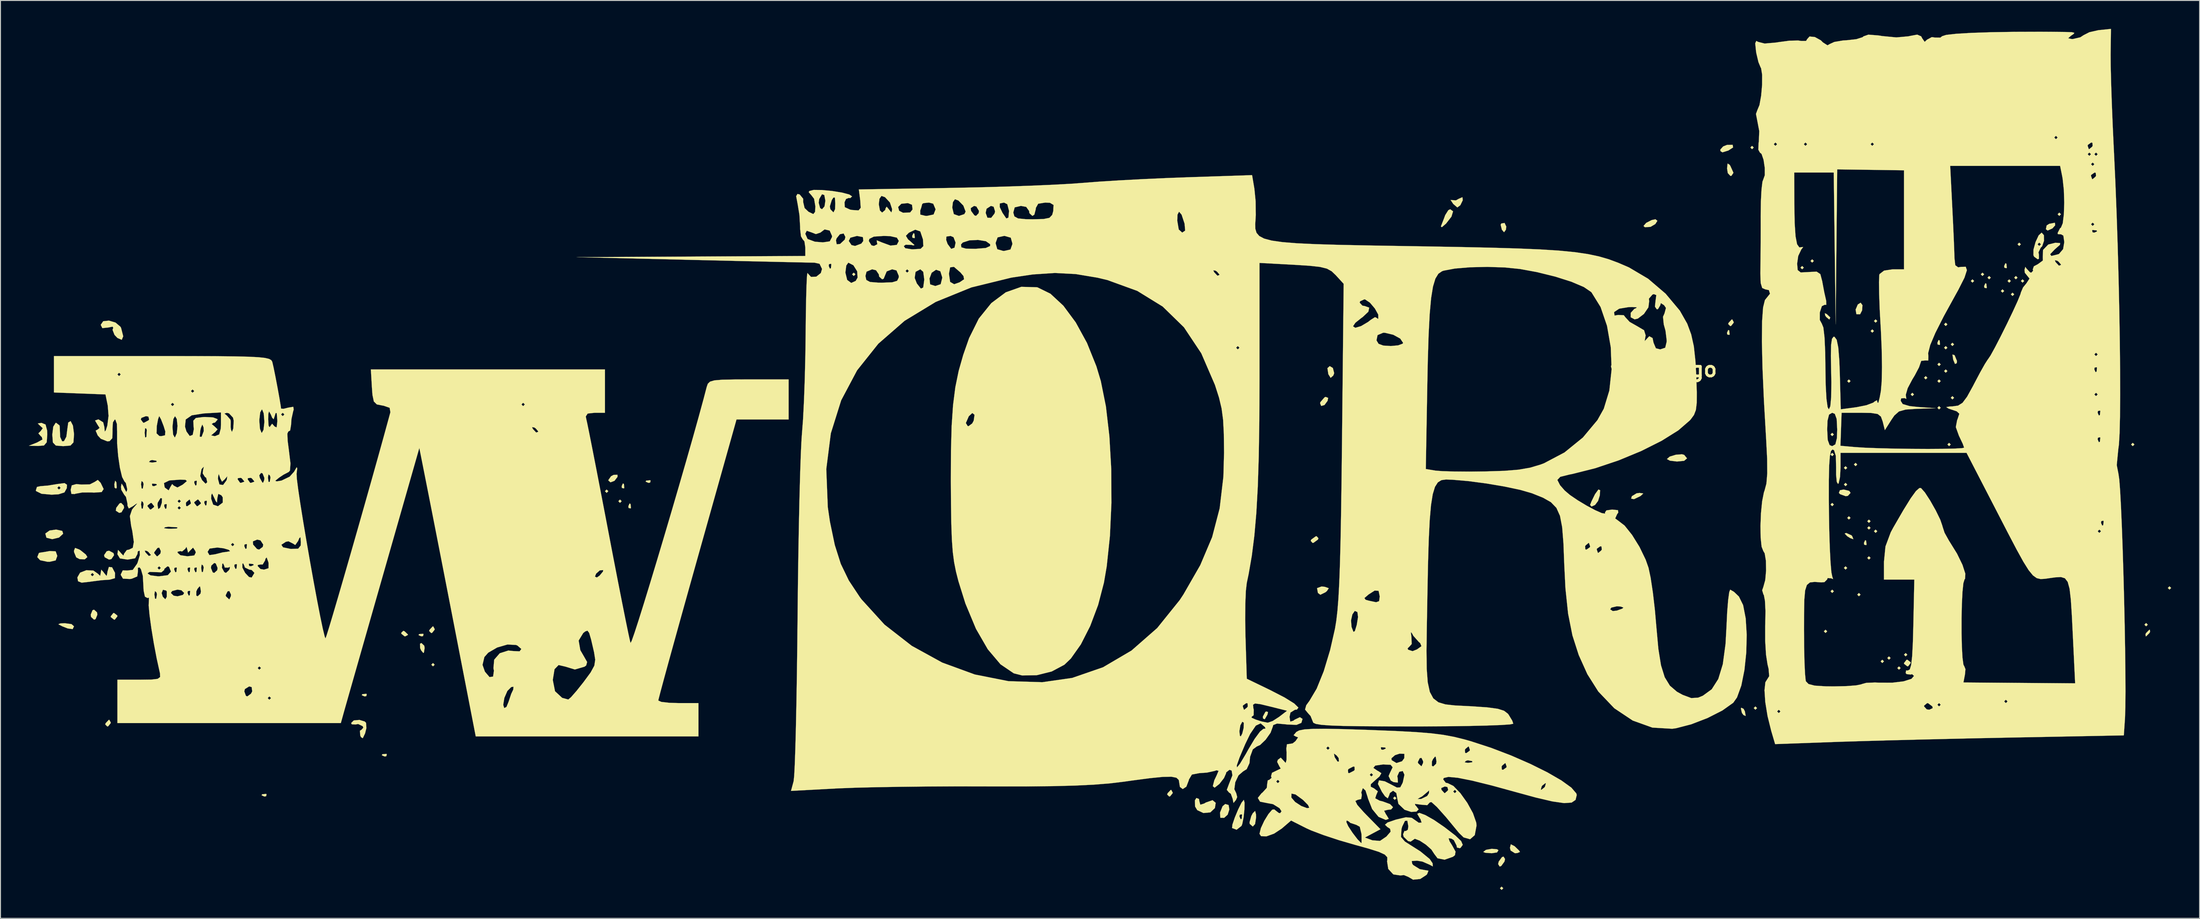
<source format=kicad_pcb>
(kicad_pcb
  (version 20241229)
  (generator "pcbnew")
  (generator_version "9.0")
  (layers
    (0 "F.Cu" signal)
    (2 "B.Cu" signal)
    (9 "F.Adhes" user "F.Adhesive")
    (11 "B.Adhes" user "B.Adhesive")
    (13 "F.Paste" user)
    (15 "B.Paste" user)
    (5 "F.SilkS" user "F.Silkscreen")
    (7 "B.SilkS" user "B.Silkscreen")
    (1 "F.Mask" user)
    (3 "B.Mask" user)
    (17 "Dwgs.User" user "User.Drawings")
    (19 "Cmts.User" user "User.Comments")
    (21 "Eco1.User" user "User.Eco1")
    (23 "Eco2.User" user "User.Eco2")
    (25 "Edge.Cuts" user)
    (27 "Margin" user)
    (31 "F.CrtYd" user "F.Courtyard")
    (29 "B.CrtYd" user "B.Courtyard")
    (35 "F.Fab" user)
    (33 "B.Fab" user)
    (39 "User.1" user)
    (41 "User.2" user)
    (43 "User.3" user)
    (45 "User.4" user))
  (footprint "work logo"
    (layer "F.Cu")
    (at 172.69 36.007)
    (property "Reference" "work logo" (at 0 0 0) (layer "F.SilkS") (effects (font (size 1.524 1.524) (thickness 0.3))))
    (attr through_hole)
    (fp_poly (pts (xy -129.822 31.221) (xy -129.999 31.397) (xy -130.175 31.221) (xy -129.999 31.044) (xy -129.822 31.221)) (stroke (width 0.01) (type solid)) (fill yes) (layer "F.SilkS"))
    (fp_poly (pts (xy -111.478 12.876) (xy -111.654 13.053) (xy -111.831 12.876) (xy -111.654 12.7) (xy -111.478 12.876)) (stroke (width 0.01) (type solid)) (fill yes) (layer "F.SilkS"))
    (fp_poly (pts (xy -110.067 13.935) (xy -110.243 14.111) (xy -110.419 13.935) (xy -110.243 13.758) (xy -110.067 13.935)) (stroke (width 0.01) (type solid)) (fill yes) (layer "F.SilkS"))
    (fp_poly (pts (xy -85.372 -10.054) (xy -85.549 -9.878) (xy -85.725 -10.054) (xy -85.549 -10.231) (xy -85.372 -10.054)) (stroke (width 0.01) (type solid)) (fill yes) (layer "F.SilkS"))
    (fp_poly (pts (xy -28.222 45.332) (xy -28.399 45.508) (xy -28.575 45.332) (xy -28.399 45.156) (xy -28.222 45.332)) (stroke (width 0.01) (type solid)) (fill yes) (layer "F.SilkS"))
    (fp_poly (pts (xy -16.933 54.857) (xy -17.11 55.033) (xy -17.286 54.857) (xy -17.11 54.681) (xy -16.933 54.857)) (stroke (width 0.01) (type solid)) (fill yes) (layer "F.SilkS"))
    (fp_poly (pts (xy 9.525 -23.46) (xy 9.349 -23.283) (xy 9.172 -23.46) (xy 9.349 -23.636) (xy 9.525 -23.46)) (stroke (width 0.01) (type solid)) (fill yes) (layer "F.SilkS"))
    (fp_poly (pts (xy 9.878 35.807) (xy 9.701 35.983) (xy 9.525 35.807) (xy 9.701 35.631) (xy 9.878 35.807)) (stroke (width 0.01) (type solid)) (fill yes) (layer "F.SilkS"))
    (fp_poly (pts (xy 14.817 -10.76) (xy 14.64 -10.583) (xy 14.464 -10.76) (xy 14.64 -10.936) (xy 14.817 -10.76)) (stroke (width 0.01) (type solid)) (fill yes) (layer "F.SilkS"))
    (fp_poly (pts (xy 15.875 -11.465) (xy 15.699 -11.289) (xy 15.522 -11.465) (xy 15.699 -11.642) (xy 15.875 -11.465)) (stroke (width 0.01) (type solid)) (fill yes) (layer "F.SilkS"))
    (fp_poly (pts (xy 17.286 27.693) (xy 17.11 27.869) (xy 16.933 27.693) (xy 17.11 27.517) (xy 17.286 27.693)) (stroke (width 0.01) (type solid)) (fill yes) (layer "F.SilkS"))
    (fp_poly (pts (xy 17.992 6.879) (xy 17.815 7.056) (xy 17.639 6.879) (xy 17.815 6.703) (xy 17.992 6.879)) (stroke (width 0.01) (type solid)) (fill yes) (layer "F.SilkS"))
    (fp_poly (pts (xy 17.992 8.996) (xy 17.815 9.172) (xy 17.639 8.996) (xy 17.815 8.819) (xy 17.992 8.996)) (stroke (width 0.01) (type solid)) (fill yes) (layer "F.SilkS"))
    (fp_poly (pts (xy 17.992 14.287) (xy 17.815 14.464) (xy 17.639 14.287) (xy 17.815 14.111) (xy 17.992 14.287)) (stroke (width 0.01) (type solid)) (fill yes) (layer "F.SilkS"))
    (fp_poly (pts (xy 17.992 23.46) (xy 17.815 23.636) (xy 17.639 23.46) (xy 17.815 23.283) (xy 17.992 23.46)) (stroke (width 0.01) (type solid)) (fill yes) (layer "F.SilkS"))
    (fp_poly (pts (xy 19.403 10.407) (xy 19.226 10.583) (xy 19.05 10.407) (xy 19.226 10.231) (xy 19.403 10.407)) (stroke (width 0.01) (type solid)) (fill yes) (layer "F.SilkS"))
    (fp_poly (pts (xy 19.403 12.171) (xy 19.226 12.347) (xy 19.05 12.171) (xy 19.226 11.994) (xy 19.403 12.171)) (stroke (width 0.01) (type solid)) (fill yes) (layer "F.SilkS"))
    (fp_poly (pts (xy 19.403 20.99) (xy 19.226 21.167) (xy 19.05 20.99) (xy 19.226 20.814) (xy 19.403 20.99)) (stroke (width 0.01) (type solid)) (fill yes) (layer "F.SilkS"))
    (fp_poly (pts (xy 19.756 1.235) (xy 19.579 1.411) (xy 19.403 1.235) (xy 19.579 1.058) (xy 19.756 1.235)) (stroke (width 0.01) (type solid)) (fill yes) (layer "F.SilkS"))
    (fp_poly (pts (xy 19.756 15.699) (xy 19.579 15.875) (xy 19.403 15.699) (xy 19.579 15.522) (xy 19.756 15.699)) (stroke (width 0.01) (type solid)) (fill yes) (layer "F.SilkS"))
    (fp_poly (pts (xy 20.461 10.054) (xy 20.285 10.231) (xy 20.108 10.054) (xy 20.285 9.878) (xy 20.461 10.054)) (stroke (width 0.01) (type solid)) (fill yes) (layer "F.SilkS"))
    (fp_poly (pts (xy 20.814 23.812) (xy 20.637 23.989) (xy 20.461 23.812) (xy 20.637 23.636) (xy 20.814 23.812)) (stroke (width 0.01) (type solid)) (fill yes) (layer "F.SilkS"))
    (fp_poly (pts (xy 21.872 16.051) (xy 21.696 16.228) (xy 21.519 16.051) (xy 21.696 15.875) (xy 21.872 16.051)) (stroke (width 0.01) (type solid)) (fill yes) (layer "F.SilkS"))
    (fp_poly (pts (xy 21.872 16.757) (xy 21.696 16.933) (xy 21.519 16.757) (xy 21.696 16.581) (xy 21.872 16.757)) (stroke (width 0.01) (type solid)) (fill yes) (layer "F.SilkS"))
    (fp_poly (pts (xy 21.872 19.932) (xy 21.696 20.108) (xy 21.519 19.932) (xy 21.696 19.756) (xy 21.872 19.932)) (stroke (width 0.01) (type solid)) (fill yes) (layer "F.SilkS"))
    (fp_poly (pts (xy 22.225 -4.057) (xy 22.049 -3.881) (xy 21.872 -4.057) (xy 22.049 -4.233) (xy 22.225 -4.057)) (stroke (width 0.01) (type solid)) (fill yes) (layer "F.SilkS"))
    (fp_poly (pts (xy 22.578 -5.115) (xy 22.401 -4.939) (xy 22.225 -5.115) (xy 22.401 -5.292) (xy 22.578 -5.115)) (stroke (width 0.01) (type solid)) (fill yes) (layer "F.SilkS"))
    (fp_poly (pts (xy 22.578 17.11) (xy 22.401 17.286) (xy 22.225 17.11) (xy 22.401 16.933) (xy 22.578 17.11)) (stroke (width 0.01) (type solid)) (fill yes) (layer "F.SilkS"))
    (fp_poly (pts (xy 23.283 30.868) (xy 23.107 31.044) (xy 22.931 30.868) (xy 23.107 30.692) (xy 23.283 30.868)) (stroke (width 0.01) (type solid)) (fill yes) (layer "F.SilkS"))
    (fp_poly (pts (xy 23.989 30.515) (xy 23.812 30.692) (xy 23.636 30.515) (xy 23.812 30.339) (xy 23.989 30.515)) (stroke (width 0.01) (type solid)) (fill yes) (layer "F.SilkS"))
    (fp_poly (pts (xy 25.047 31.574) (xy 24.871 31.75) (xy 24.694 31.574) (xy 24.871 31.397) (xy 25.047 31.574)) (stroke (width 0.01) (type solid)) (fill yes) (layer "F.SilkS"))
    (fp_poly (pts (xy 25.753 30.163) (xy 25.576 30.339) (xy 25.4 30.163) (xy 25.576 29.986) (xy 25.753 30.163)) (stroke (width 0.01) (type solid)) (fill yes) (layer "F.SilkS"))
    (fp_poly (pts (xy 26.458 2.646) (xy 26.282 2.822) (xy 26.106 2.646) (xy 26.282 2.469) (xy 26.458 2.646)) (stroke (width 0.01) (type solid)) (fill yes) (layer "F.SilkS"))
    (fp_poly (pts (xy 27.869 0.882) (xy 27.693 1.058) (xy 27.517 0.882) (xy 27.693 0.706) (xy 27.869 0.882)) (stroke (width 0.01) (type solid)) (fill yes) (layer "F.SilkS"))
    (fp_poly (pts (xy 29.281 -0.529) (xy 29.104 -0.353) (xy 28.928 -0.529) (xy 29.104 -0.706) (xy 29.281 -0.529)) (stroke (width 0.01) (type solid)) (fill yes) (layer "F.SilkS"))
    (fp_poly (pts (xy 29.281 1.235) (xy 29.104 1.411) (xy 28.928 1.235) (xy 29.104 1.058) (xy 29.281 1.235)) (stroke (width 0.01) (type solid)) (fill yes) (layer "F.SilkS"))
    (fp_poly (pts (xy 29.281 4.057) (xy 29.104 4.233) (xy 28.928 4.057) (xy 29.104 3.881) (xy 29.281 4.057)) (stroke (width 0.01) (type solid)) (fill yes) (layer "F.SilkS"))
    (fp_poly (pts (xy 29.986 -4.763) (xy 29.81 -4.586) (xy 29.633 -4.763) (xy 29.81 -4.939) (xy 29.986 -4.763)) (stroke (width 0.01) (type solid)) (fill yes) (layer "F.SilkS"))
    (fp_poly (pts (xy 29.986 -2.293) (xy 29.81 -2.117) (xy 29.633 -2.293) (xy 29.81 -2.469) (xy 29.986 -2.293)) (stroke (width 0.01) (type solid)) (fill yes) (layer "F.SilkS"))
    (fp_poly (pts (xy 29.986 0.176) (xy 29.81 0.353) (xy 29.633 0.176) (xy 29.81 0) (xy 29.986 0.176)) (stroke (width 0.01) (type solid)) (fill yes) (layer "F.SilkS"))
    (fp_poly (pts (xy 30.339 7.938) (xy 30.163 8.114) (xy 29.986 7.938) (xy 30.163 7.761) (xy 30.339 7.938)) (stroke (width 0.01) (type solid)) (fill yes) (layer "F.SilkS"))
    (fp_poly (pts (xy 30.692 -2.646) (xy 30.515 -2.469) (xy 30.339 -2.646) (xy 30.515 -2.822) (xy 30.692 -2.646)) (stroke (width 0.01) (type solid)) (fill yes) (layer "F.SilkS"))
    (fp_poly (pts (xy 30.692 2.999) (xy 30.515 3.175) (xy 30.339 2.999) (xy 30.515 2.822) (xy 30.692 2.999)) (stroke (width 0.01) (type solid)) (fill yes) (layer "F.SilkS"))
    (fp_poly (pts (xy 32.808 -9.349) (xy 32.632 -9.172) (xy 32.456 -9.349) (xy 32.632 -9.525) (xy 32.808 -9.349)) (stroke (width 0.01) (type solid)) (fill yes) (layer "F.SilkS"))
    (fp_poly (pts (xy 33.867 -10.054) (xy 33.69 -9.878) (xy 33.514 -10.054) (xy 33.69 -10.231) (xy 33.867 -10.054)) (stroke (width 0.01) (type solid)) (fill yes) (layer "F.SilkS"))
    (fp_poly (pts (xy 34.572 -9.701) (xy 34.396 -9.525) (xy 34.219 -9.701) (xy 34.396 -9.878) (xy 34.572 -9.701)) (stroke (width 0.01) (type solid)) (fill yes) (layer "F.SilkS"))
    (fp_poly (pts (xy 35.983 -8.29) (xy 35.807 -8.114) (xy 35.631 -8.29) (xy 35.807 -8.467) (xy 35.983 -8.29)) (stroke (width 0.01) (type solid)) (fill yes) (layer "F.SilkS"))
    (fp_poly (pts (xy 36.689 -9.349) (xy 36.513 -9.172) (xy 36.336 -9.349) (xy 36.513 -9.525) (xy 36.689 -9.349)) (stroke (width 0.01) (type solid)) (fill yes) (layer "F.SilkS"))
    (fp_poly (pts (xy 37.042 -7.938) (xy 36.865 -7.761) (xy 36.689 -7.938) (xy 36.865 -8.114) (xy 37.042 -7.938)) (stroke (width 0.01) (type solid)) (fill yes) (layer "F.SilkS"))
    (fp_poly (pts (xy 37.394 -9.701) (xy 37.218 -9.525) (xy 37.042 -9.701) (xy 37.218 -9.878) (xy 37.394 -9.701)) (stroke (width 0.01) (type solid)) (fill yes) (layer "F.SilkS"))
    (fp_poly (pts (xy 37.747 -13.229) (xy 37.571 -13.053) (xy 37.394 -13.229) (xy 37.571 -13.406) (xy 37.747 -13.229)) (stroke (width 0.01) (type solid)) (fill yes) (layer "F.SilkS"))
    (fp_poly (pts (xy 38.1 -9.349) (xy 37.924 -9.172) (xy 37.747 -9.349) (xy 37.924 -9.525) (xy 38.1 -9.349)) (stroke (width 0.01) (type solid)) (fill yes) (layer "F.SilkS"))
    (fp_poly (pts (xy 41.981 -16.404) (xy 41.804 -16.228) (xy 41.628 -16.404) (xy 41.804 -16.581) (xy 41.981 -16.404)) (stroke (width 0.01) (type solid)) (fill yes) (layer "F.SilkS"))
    (fp_poly (pts (xy 49.742 7.938) (xy 49.565 8.114) (xy 49.389 7.938) (xy 49.565 7.761) (xy 49.742 7.938)) (stroke (width 0.01) (type solid)) (fill yes) (layer "F.SilkS"))
    (fp_poly (pts (xy 51.153 26.988) (xy 50.976 27.164) (xy 50.8 26.988) (xy 50.976 26.811) (xy 51.153 26.988)) (stroke (width 0.01) (type solid)) (fill yes) (layer "F.SilkS"))
    (fp_poly (pts (xy 53.622 23.107) (xy 53.446 23.283) (xy 53.269 23.107) (xy 53.446 22.931) (xy 53.622 23.107)) (stroke (width 0.01) (type solid)) (fill yes) (layer "F.SilkS"))
    (fp_poly (pts (xy -163.448 11.928) (xy -163.406 12.48) (xy -163.476 12.604) (xy -163.636 12.499) (xy -163.661 12.141) (xy -163.575 11.765) (xy -163.448 11.928)) (stroke (width 0.01) (type solid)) (fill yes) (layer "F.SilkS"))
    (fp_poly (pts (xy -147.579 44.92) (xy -147.627 45.13) (xy -147.814 45.156) (xy -148.104 45.026) (xy -148.049 44.92) (xy -147.63 44.878) (xy -147.579 44.92)) (stroke (width 0.01) (type solid)) (fill yes) (layer "F.SilkS"))
    (fp_poly (pts (xy -136.995 34.337) (xy -137.044 34.547) (xy -137.231 34.572) (xy -137.521 34.443) (xy -137.466 34.337) (xy -137.047 34.295) (xy -136.995 34.337)) (stroke (width 0.01) (type solid)) (fill yes) (layer "F.SilkS"))
    (fp_poly (pts (xy -134.879 40.687) (xy -134.927 40.897) (xy -135.114 40.922) (xy -135.404 40.793) (xy -135.349 40.687) (xy -134.93 40.645) (xy -134.879 40.687)) (stroke (width 0.01) (type solid)) (fill yes) (layer "F.SilkS"))
    (fp_poly (pts (xy -130.998 27.987) (xy -131.047 28.197) (xy -131.233 28.222) (xy -131.524 28.093) (xy -131.469 27.987) (xy -131.05 27.945) (xy -130.998 27.987)) (stroke (width 0.01) (type solid)) (fill yes) (layer "F.SilkS"))
    (fp_poly (pts (xy -109.831 12.112) (xy -109.789 12.531) (xy -109.831 12.582) (xy -110.041 12.534) (xy -110.067 12.347) (xy -109.938 12.057) (xy -109.831 12.112)) (stroke (width 0.01) (type solid)) (fill yes) (layer "F.SilkS"))
    (fp_poly (pts (xy -109.126 14.229) (xy -109.084 14.647) (xy -109.126 14.699) (xy -109.336 14.651) (xy -109.361 14.464) (xy -109.232 14.174) (xy -109.126 14.229)) (stroke (width 0.01) (type solid)) (fill yes) (layer "F.SilkS"))
    (fp_poly (pts (xy -107.009 11.759) (xy -107.058 11.969) (xy -107.244 11.994) (xy -107.535 11.865) (xy -107.48 11.759) (xy -107.061 11.717) (xy -107.009 11.759)) (stroke (width 0.01) (type solid)) (fill yes) (layer "F.SilkS"))
    (fp_poly (pts (xy -79.14 -14.346) (xy -79.098 -13.928) (xy -79.14 -13.876) (xy -79.35 -13.924) (xy -79.375 -14.111) (xy -79.246 -14.401) (xy -79.14 -14.346)) (stroke (width 0.01) (type solid)) (fill yes) (layer "F.SilkS"))
    (fp_poly (pts (xy 6.938 -4.116) (xy 6.98 -3.697) (xy 6.938 -3.645) (xy 6.728 -3.694) (xy 6.703 -3.881) (xy 6.832 -4.171) (xy 6.938 -4.116)) (stroke (width 0.01) (type solid)) (fill yes) (layer "F.SilkS"))
    (fp_poly (pts (xy 21.402 18.109) (xy 21.444 18.528) (xy 21.402 18.58) (xy 21.192 18.531) (xy 21.167 18.344) (xy 21.296 18.054) (xy 21.402 18.109)) (stroke (width 0.01) (type solid)) (fill yes) (layer "F.SilkS"))
    (fp_poly (pts (xy 29.163 -3.057) (xy 29.205 -2.639) (xy 29.163 -2.587) (xy 28.953 -2.635) (xy 28.928 -2.822) (xy 29.057 -3.113) (xy 29.163 -3.057)) (stroke (width 0.01) (type solid)) (fill yes) (layer "F.SilkS"))
    (fp_poly (pts (xy 34.102 -9.055) (xy 34.144 -8.636) (xy 34.102 -8.584) (xy 33.892 -8.633) (xy 33.867 -8.819) (xy 33.996 -9.11) (xy 34.102 -9.055)) (stroke (width 0.01) (type solid)) (fill yes) (layer "F.SilkS"))
    (fp_poly (pts (xy 36.219 -11.171) (xy 36.261 -10.753) (xy 36.219 -10.701) (xy 36.009 -10.749) (xy 35.983 -10.936) (xy 36.112 -11.226) (xy 36.219 -11.171)) (stroke (width 0.01) (type solid)) (fill yes) (layer "F.SilkS"))
    (fp_poly (pts (xy -41.784 36.219) (xy -41.846 36.494) (xy -42.131 36.991) (xy -42.315 36.908) (xy -42.333 36.71) (xy -42.077 36.231) (xy -41.985 36.162) (xy -41.784 36.219)) (stroke (width 0.01) (type solid)) (fill yes) (layer "F.SilkS"))
    (fp_poly (pts (xy -34.934 -0.15) (xy -34.795 0.397) (xy -34.891 0.65) (xy -35.172 0.895) (xy -35.413 0.508) (xy -35.51 -0.13) (xy -35.267 -0.35) (xy -34.934 -0.15)) (stroke (width 0.01) (type solid)) (fill yes) (layer "F.SilkS"))
    (fp_poly (pts (xy -16.612 -15.096) (xy -16.656 -14.768) (xy -16.85 -14.502) (xy -17.08 -14.769) (xy -17.21 -15.289) (xy -17.145 -15.428) (xy -16.796 -15.486) (xy -16.612 -15.096)) (stroke (width 0.01) (type solid)) (fill yes) (layer "F.SilkS"))
    (fp_poly (pts (xy 8.456 35.887) (xy 8.588 36.145) (xy 8.679 36.642) (xy 8.442 36.545) (xy 8.276 36.313) (xy 8.167 35.851) (xy 8.211 35.768) (xy 8.456 35.887)) (stroke (width 0.01) (type solid)) (fill yes) (layer "F.SilkS"))
    (fp_poly (pts (xy 17.232 -5.855) (xy 17.61 -5.499) (xy 17.533 -5.295) (xy 17.483 -5.292) (xy 17.185 -5.542) (xy 17.076 -5.699) (xy 17.034 -5.94) (xy 17.232 -5.855)) (stroke (width 0.01) (type solid)) (fill yes) (layer "F.SilkS"))
    (fp_poly (pts (xy 19.856 17.543) (xy 19.932 17.639) (xy 20.056 17.956) (xy 19.722 17.837) (xy 19.403 17.639) (xy 19.132 17.356) (xy 19.294 17.292) (xy 19.856 17.543)) (stroke (width 0.01) (type solid)) (fill yes) (layer "F.SilkS"))
    (fp_poly (pts (xy 30.734 -1.509) (xy 30.751 -1.493) (xy 31 -0.883) (xy 30.97 -0.657) (xy 30.788 -0.575) (xy 30.597 -1.03) (xy 30.517 -1.575) (xy 30.734 -1.509)) (stroke (width 0.01) (type solid)) (fill yes) (layer "F.SilkS"))
    (fp_poly (pts (xy 41.373 -15.239) (xy 41.082 -14.908) (xy 40.574 -14.681) (xy 40.389 -14.823) (xy 40.47 -15.221) (xy 40.739 -15.392) (xy 41.34 -15.508) (xy 41.373 -15.239)) (stroke (width 0.01) (type solid)) (fill yes) (layer "F.SilkS"))
    (fp_poly (pts (xy -168.189 26.928) (xy -167.922 27.164) (xy -168.064 27.457) (xy -168.584 27.388) (xy -169.157 27.164) (xy -169.575 26.947) (xy -169.38 26.858) (xy -168.892 26.836) (xy -168.189 26.928)) (stroke (width 0.01) (type solid)) (fill yes) (layer "F.SilkS"))
    (fp_poly (pts (xy -165.493 25.686) (xy -165.453 25.929) (xy -165.643 26.399) (xy -165.806 26.458) (xy -166.119 26.173) (xy -166.158 25.929) (xy -165.968 25.46) (xy -165.806 25.4) (xy -165.493 25.686)) (stroke (width 0.01) (type solid)) (fill yes) (layer "F.SilkS"))
    (fp_poly (pts (xy -164.046 37.315) (xy -164.042 37.394) (xy -164.313 37.734) (xy -164.415 37.747) (xy -164.626 37.531) (xy -164.571 37.394) (xy -164.254 37.058) (xy -164.197 37.042) (xy -164.046 37.315)) (stroke (width 0.01) (type solid)) (fill yes) (layer "F.SilkS"))
    (fp_poly (pts (xy -163.75 19.42) (xy -163.689 19.638) (xy -163.973 20.054) (xy -164.218 20.108) (xy -164.686 19.856) (xy -164.747 19.638) (xy -164.464 19.222) (xy -164.218 19.168) (xy -163.75 19.42)) (stroke (width 0.01) (type solid)) (fill yes) (layer "F.SilkS"))
    (fp_poly (pts (xy -163.346 26.021) (xy -163.336 26.106) (xy -163.605 26.448) (xy -163.689 26.458) (xy -164.031 26.19) (xy -164.042 26.106) (xy -163.773 25.763) (xy -163.689 25.753) (xy -163.346 26.021)) (stroke (width 0.01) (type solid)) (fill yes) (layer "F.SilkS"))
    (fp_poly (pts (xy -162.666 14.397) (xy -162.631 14.64) (xy -162.907 15.108) (xy -163.149 15.169) (xy -163.505 14.936) (xy -163.464 14.64) (xy -163.117 14.173) (xy -162.946 14.111) (xy -162.666 14.397)) (stroke (width 0.01) (type solid)) (fill yes) (layer "F.SilkS"))
    (fp_poly (pts (xy -132.997 27.693) (xy -132.661 28.01) (xy -132.644 28.067) (xy -132.917 28.218) (xy -132.997 28.222) (xy -133.336 27.951) (xy -133.35 27.849) (xy -133.134 27.638) (xy -132.997 27.693)) (stroke (width 0.01) (type solid)) (fill yes) (layer "F.SilkS"))
    (fp_poly (pts (xy -130.919 29.214) (xy -130.881 29.457) (xy -130.956 29.928) (xy -131.019 29.986) (xy -131.247 29.71) (xy -131.361 29.457) (xy -131.368 29.003) (xy -131.222 28.928) (xy -130.919 29.214)) (stroke (width 0.01) (type solid)) (fill yes) (layer "F.SilkS"))
    (fp_poly (pts (xy -129.826 27.437) (xy -129.822 27.517) (xy -130.093 27.856) (xy -130.196 27.869) (xy -130.407 27.653) (xy -130.351 27.517) (xy -130.034 27.18) (xy -129.978 27.164) (xy -129.826 27.437)) (stroke (width 0.01) (type solid)) (fill yes) (layer "F.SilkS"))
    (fp_poly (pts (xy -110.5 11.355) (xy -110.823 11.778) (xy -111.249 11.941) (xy -111.477 11.735) (xy -111.478 11.709) (xy -111.195 11.301) (xy -110.919 11.15) (xy -110.506 11.14) (xy -110.5 11.355)) (stroke (width 0.01) (type solid)) (fill yes) (layer "F.SilkS"))
    (fp_poly (pts (xy -51.862 44.723) (xy -51.858 44.803) (xy -52.13 45.142) (xy -52.232 45.156) (xy -52.443 44.939) (xy -52.388 44.803) (xy -52.07 44.466) (xy -52.014 44.45) (xy -51.862 44.723)) (stroke (width 0.01) (type solid)) (fill yes) (layer "F.SilkS"))
    (fp_poly (pts (xy -36.456 17.856) (xy -36.513 17.992) (xy -36.98 18.331) (xy -37.083 18.344) (xy -37.275 18.127) (xy -37.218 17.992) (xy -36.751 17.652) (xy -36.647 17.639) (xy -36.456 17.856)) (stroke (width 0.01) (type solid)) (fill yes) (layer "F.SilkS"))
    (fp_poly (pts (xy -35.78 22.988) (xy -35.366 23.133) (xy -35.556 23.425) (xy -35.721 23.565) (xy -36.258 23.826) (xy -36.516 23.63) (xy -36.606 23.122) (xy -36.12 22.948) (xy -35.78 22.988)) (stroke (width 0.01) (type solid)) (fill yes) (layer "F.SilkS"))
    (fp_poly (pts (xy -35.431 3.013) (xy -35.492 3.322) (xy -35.819 3.765) (xy -36.169 3.866) (xy -36.285 3.578) (xy -36.255 3.462) (xy -35.824 2.961) (xy -35.696 2.903) (xy -35.431 3.013)) (stroke (width 0.01) (type solid)) (fill yes) (layer "F.SilkS"))
    (fp_poly (pts (xy -17.586 50.736) (xy -17.442 50.833) (xy -17.587 51.067) (xy -18.147 51.153) (xy -18.821 51.107) (xy -19.05 51.018) (xy -18.762 50.793) (xy -18.148 50.684) (xy -17.586 50.736)) (stroke (width 0.01) (type solid)) (fill yes) (layer "F.SilkS"))
    (fp_poly (pts (xy -16.745 51.766) (xy -16.806 52.035) (xy -17.146 52.501) (xy -17.313 52.564) (xy -17.474 52.304) (xy -17.414 52.035) (xy -17.073 51.568) (xy -16.907 51.506) (xy -16.745 51.766)) (stroke (width 0.01) (type solid)) (fill yes) (layer "F.SilkS"))
    (fp_poly (pts (xy -2.142 13.115) (xy -2.398 13.359) (xy -2.469 13.406) (xy -3.116 13.717) (xy -3.424 13.665) (xy -3.351 13.406) (xy -2.848 13.099) (xy -2.537 13.058) (xy -2.142 13.115)) (stroke (width 0.01) (type solid)) (fill yes) (layer "F.SilkS"))
    (fp_poly (pts (xy 6.971 -21.644) (xy 7.056 -21.519) (xy 7.384 -20.789) (xy 7.174 -20.472) (xy 7.056 -20.461) (xy 6.782 -20.76) (xy 6.708 -21.255) (xy 6.764 -21.77) (xy 6.971 -21.644)) (stroke (width 0.01) (type solid)) (fill yes) (layer "F.SilkS"))
    (fp_poly (pts (xy 7.346 -23.469) (xy 6.85 -23.145) (xy 6.219 -22.949) (xy 6.011 -23.079) (xy 5.997 -23.242) (xy 6.291 -23.572) (xy 6.703 -23.738) (xy 7.299 -23.746) (xy 7.346 -23.469)) (stroke (width 0.01) (type solid)) (fill yes) (layer "F.SilkS"))
    (fp_poly (pts (xy 7.404 -5.019) (xy 7.408 -4.939) (xy 7.137 -4.6) (xy 7.035 -4.586) (xy 6.824 -4.802) (xy 6.879 -4.939) (xy 7.196 -5.275) (xy 7.253 -5.292) (xy 7.404 -5.019)) (stroke (width 0.01) (type solid)) (fill yes) (layer "F.SilkS"))
    (fp_poly (pts (xy 19.614 12.844) (xy 19.756 13.053) (xy 19.471 13.369) (xy 19.247 13.406) (xy 18.647 13.191) (xy 18.521 13.053) (xy 18.629 12.775) (xy 19.029 12.7) (xy 19.614 12.844)) (stroke (width 0.01) (type solid)) (fill yes) (layer "F.SilkS"))
    (fp_poly (pts (xy 21.013 -6.789) (xy 20.975 -6.241) (xy 20.765 -5.831) (xy 20.394 -5.832) (xy 20.368 -5.855) (xy 20.288 -6.323) (xy 20.517 -6.861) (xy 20.82 -7.056) (xy 21.013 -6.789)) (stroke (width 0.01) (type solid)) (fill yes) (layer "F.SilkS"))
    (fp_poly (pts (xy 26.095 30.96) (xy 26.106 31.044) (xy 25.837 31.387) (xy 25.753 31.397) (xy 25.41 31.129) (xy 25.4 31.044) (xy 25.668 30.702) (xy 25.753 30.692) (xy 26.095 30.96)) (stroke (width 0.01) (type solid)) (fill yes) (layer "F.SilkS"))
    (fp_poly (pts (xy 51.395 27.745) (xy 51.329 27.869) (xy 50.997 28.206) (xy 50.935 28.222) (xy 50.911 27.994) (xy 50.976 27.869) (xy 51.309 27.533) (xy 51.371 27.517) (xy 51.395 27.745)) (stroke (width 0.01) (type solid)) (fill yes) (layer "F.SilkS"))
    (fp_poly (pts (xy -169.161 17.075) (xy -169.067 17.374) (xy -169.505 17.777) (xy -170.225 17.95) (xy -170.818 17.799) (xy -170.838 17.781) (xy -170.953 17.352) (xy -170.504 17.032) (xy -169.812 16.933) (xy -169.161 17.075)) (stroke (width 0.01) (type solid)) (fill yes) (layer "F.SilkS"))
    (fp_poly (pts (xy -45.948 46.057) (xy -45.87 46.525) (xy -46.046 47.074) (xy -46.415 47.409) (xy -46.821 47.408) (xy -46.857 46.865) (xy -46.856 46.857) (xy -46.586 46.183) (xy -46.302 45.948) (xy -45.948 46.057)) (stroke (width 0.01) (type solid)) (fill yes) (layer "F.SilkS"))
    (fp_poly (pts (xy -43.052 47.052) (xy -43.044 47.36) (xy -43.151 48.064) (xy -43.392 48.331) (xy -43.716 48.053) (xy -43.739 47.89) (xy -43.554 47.222) (xy -43.392 46.919) (xy -43.147 46.681) (xy -43.052 47.052)) (stroke (width 0.01) (type solid)) (fill yes) (layer "F.SilkS"))
    (fp_poly (pts (xy -15.75 50.405) (xy -15.699 50.447) (xy -15.26 50.87) (xy -15.169 51.02) (xy -15.458 51.138) (xy -15.699 51.153) (xy -16.156 50.867) (xy -16.228 50.58) (xy -16.135 50.206) (xy -15.75 50.405)) (stroke (width 0.01) (type solid)) (fill yes) (layer "F.SilkS"))
    (fp_poly (pts (xy -0.652 -15.711) (xy -0.869 -15.371) (xy -1.348 -15.086) (xy -1.411 -15.067) (xy -1.974 -15.033) (xy -2.117 -15.165) (xy -1.838 -15.492) (xy -1.25 -15.793) (xy -0.853 -15.875) (xy -0.652 -15.711)) (stroke (width 0.01) (type solid)) (fill yes) (layer "F.SilkS"))
    (fp_poly (pts (xy -167.367 19.04) (xy -167.217 19.132) (xy -166.667 19.576) (xy -166.511 19.84) (xy -166.778 20.076) (xy -167.322 20.063) (xy -167.687 19.873) (xy -167.908 19.338) (xy -167.922 19.165) (xy -167.812 18.873) (xy -167.367 19.04)) (stroke (width 0.01) (type solid)) (fill yes) (layer "F.SilkS"))
    (fp_poly (pts (xy -22.236 -16.714) (xy -22.406 -16.151) (xy -22.975 -15.419) (xy -23.42 -15.035) (xy -23.524 -15.116) (xy -23.504 -15.169) (xy -23.189 -15.978) (xy -23.066 -16.316) (xy -22.738 -16.836) (xy -22.537 -16.933) (xy -22.236 -16.714)) (stroke (width 0.01) (type solid)) (fill yes) (layer "F.SilkS"))
    (fp_poly (pts (xy -21.21 -17.889) (xy -21.468 -17.358) (xy -21.787 -17.123) (xy -22.207 -17.485) (xy -22.245 -17.534) (xy -22.504 -17.921) (xy -22.422 -17.907) (xy -21.93 -17.873) (xy -21.64 -18.038) (xy -21.248 -18.208) (xy -21.21 -17.889)) (stroke (width 0.01) (type solid)) (fill yes) (layer "F.SilkS"))
    (fp_poly (pts (xy -6.696 12.782) (xy -6.739 13.336) (xy -6.917 13.906) (xy -7.234 14.328) (xy -7.609 14.499) (xy -7.761 14.328) (xy -7.615 13.954) (xy -7.261 13.233) (xy -7.234 13.181) (xy -6.878 12.692) (xy -6.696 12.782)) (stroke (width 0.01) (type solid)) (fill yes) (layer "F.SilkS"))
    (fp_poly (pts (xy 2.178 9.034) (xy 2.481 9.404) (xy 2.171 9.666) (xy 1.412 9.739) (xy 0.668 9.648) (xy 0.354 9.48) (xy 0.354 9.478) (xy 0.647 9.219) (xy 1.295 9.021) (xy 1.948 8.971) (xy 2.178 9.034)) (stroke (width 0.01) (type solid)) (fill yes) (layer "F.SilkS"))
    (fp_poly (pts (xy -169.857 19.235) (xy -169.686 19.717) (xy -169.858 20.195) (xy -170.488 20.34) (xy -170.744 20.335) (xy -171.499 20.175) (xy -171.803 19.847) (xy -171.634 19.416) (xy -171.538 19.377) (xy -171.01 19.297) (xy -170.48 19.202) (xy -169.857 19.235)) (stroke (width 0.01) (type solid)) (fill yes) (layer "F.SilkS"))
    (fp_poly (pts (xy -49.082 45.411) (xy -49.036 45.667) (xy -48.937 46.025) (xy -48.521 45.894) (xy -48.347 45.789) (xy -47.643 45.545) (xy -47.311 45.824) (xy -47.394 46.375) (xy -47.88 46.837) (xy -48.61 46.903) (xy -49.262 46.596) (xy -49.491 46.214) (xy -49.507 45.558) (xy -49.356 45.311) (xy -49.082 45.411)) (stroke (width 0.01) (type solid)) (fill yes) (layer "F.SilkS"))
    (fp_poly (pts (xy -163.535 -4.952) (xy -163.014 -4.512) (xy -162.943 -4.373) (xy -162.723 -3.503) (xy -162.876 -3.128) (xy -163.33 -3.322) (xy -163.643 -3.648) (xy -163.852 -4.185) (xy -163.774 -4.398) (xy -163.845 -4.522) (xy -164.306 -4.43) (xy -164.931 -4.365) (xy -165.1 -4.715) (xy -164.839 -5.095) (xy -164.23 -5.16) (xy -163.535 -4.952)) (stroke (width 0.01) (type solid)) (fill yes) (layer "F.SilkS"))
    (fp_poly (pts (xy -165.105 11.994) (xy -164.79 12.651) (xy -165.004 12.971) (xy -165.817 13.026) (xy -166.08 13.011) (xy -167.066 13.014) (xy -167.772 13.145) (xy -167.844 13.181) (xy -168.197 13.162) (xy -168.275 12.738) (xy -168.16 12.258) (xy -167.681 12.126) (xy -167.139 12.172) (xy -166.245 12.152) (xy -165.728 11.89) (xy -165.407 11.682) (xy -165.105 11.994)) (stroke (width 0.01) (type solid)) (fill yes) (layer "F.SilkS"))
    (fp_poly (pts (xy -170.927 5.827) (xy -170.757 6.473) (xy -170.744 6.879) (xy -170.805 7.708) (xy -171.096 8.043) (xy -171.715 8.092) (xy -172.685 8.069) (xy -171.811 7.721) (xy -171.252 7.41) (xy -171.331 7.134) (xy -171.408 7.082) (xy -171.686 6.762) (xy -171.45 6.526) (xy -171.222 6.219) (xy -171.501 5.959) (xy -171.75 5.715) (xy -171.362 5.65) (xy -170.927 5.827)) (stroke (width 0.01) (type solid)) (fill yes) (layer "F.SilkS"))
    (fp_poly (pts (xy -137.211 37.227) (xy -137.074 37.362) (xy -137.031 37.911) (xy -137.17 38.477) (xy -137.416 38.994) (xy -137.607 38.879) (xy -137.689 38.686) (xy -137.714 38.198) (xy -137.551 38.1) (xy -137.358 37.88) (xy -137.422 37.723) (xy -137.904 37.491) (xy -138.148 37.536) (xy -138.58 37.524) (xy -138.642 37.383) (xy -138.365 37.111) (xy -137.769 37.057) (xy -137.211 37.227)) (stroke (width 0.01) (type solid)) (fill yes) (layer "F.SilkS"))
    (fp_poly (pts (xy -168.661 12.197) (xy -168.686 12.561) (xy -168.932 13.005) (xy -169.567 13.206) (xy -170.299 13.244) (xy -171.355 13.149) (xy -171.922 12.868) (xy -171.958 12.803) (xy -171.869 12.524) (xy -169.686 12.524) (xy -169.51 12.7) (xy -169.333 12.524) (xy -169.51 12.347) (xy -169.686 12.524) (xy -171.869 12.524) (xy -171.836 12.423) (xy -171.483 12.347) (xy -170.677 12.279) (xy -169.694 12.12) (xy -168.927 12.019) (xy -168.661 12.197)) (stroke (width 0.01) (type solid)) (fill yes) (layer "F.SilkS"))
    (fp_poly (pts (xy 40.179 -14.19) (xy 40.191 -13.598) (xy 39.999 -13.027) (xy 39.84 -12.862) (xy 39.608 -12.38) (xy 39.652 -12.135) (xy 39.656 -11.702) (xy 39.529 -11.642) (xy 39.145 -11.92) (xy 39.073 -12.075) (xy 39.08 -12.677) (xy 39.232 -13.229) (xy 39.511 -13.229) (xy 39.688 -13.053) (xy 39.864 -13.229) (xy 39.688 -13.406) (xy 39.511 -13.229) (xy 39.232 -13.229) (xy 39.3 -13.475) (xy 39.624 -14.17) (xy 39.941 -14.464) (xy 40.179 -14.19)) (stroke (width 0.01) (type solid)) (fill yes) (layer "F.SilkS"))
    (fp_poly (pts (xy -44.261 45.809) (xy -44.278 46.522) (xy -44.367 47.366) (xy -44.504 48.058) (xy -44.585 48.264) (xy -45.103 48.669) (xy -45.585 48.489) (xy -45.545 48.116) (xy -45.293 47.373) (xy -45.251 47.272) (xy -44.803 47.272) (xy -44.674 47.563) (xy -44.568 47.507) (xy -44.525 47.089) (xy -44.568 47.037) (xy -44.777 47.085) (xy -44.803 47.272) (xy -45.251 47.272) (xy -44.936 46.518) (xy -44.584 45.81) (xy -44.344 45.508) (xy -44.341 45.508) (xy -44.261 45.809)) (stroke (width 0.01) (type solid)) (fill yes) (layer "F.SilkS"))
    (fp_poly (pts (xy -168.275 5.468) (xy -168.036 5.937) (xy -167.924 6.792) (xy -167.922 6.9) (xy -167.981 7.719) (xy -168.296 8.051) (xy -169.069 8.114) (xy -169.838 8.053) (xy -170.153 7.726) (xy -170.215 6.919) (xy -170.215 6.879) (xy -170.114 6.054) (xy -169.862 5.653) (xy -169.814 5.644) (xy -169.451 5.92) (xy -169.428 6.085) (xy -169.385 7.14) (xy -169.171 7.607) (xy -168.981 7.585) (xy -168.728 7.109) (xy -168.628 6.308) (xy -168.531 5.615) (xy -168.282 5.464) (xy -168.275 5.468)) (stroke (width 0.01) (type solid)) (fill yes) (layer "F.SilkS"))
    (fp_poly (pts (xy -163.901 20.919) (xy -163.591 21.504) (xy -163.587 21.519) (xy -163.599 22.073) (xy -164.143 22.229) (xy -164.163 22.229) (xy -165.025 22.289) (xy -166.121 22.431) (xy -166.247 22.451) (xy -167.116 22.547) (xy -167.493 22.398) (xy -167.569 21.995) (xy -167.398 21.696) (xy -166.158 21.696) (xy -165.982 21.872) (xy -165.806 21.696) (xy -165.982 21.519) (xy -166.158 21.696) (xy -167.398 21.696) (xy -167.28 21.489) (xy -166.614 21.229) (xy -165.874 21.268) (xy -165.392 21.606) (xy -165.156 21.83) (xy -165.1 21.519) (xy -165.043 21.168) (xy -164.804 21.432) (xy -164.747 21.519) (xy -164.474 21.844) (xy -164.401 21.51) (xy -164.4 21.431) (xy -164.238 20.887) (xy -163.901 20.919)) (stroke (width 0.01) (type solid)) (fill yes) (layer "F.SilkS"))
    (fp_poly (pts (xy -66.184 -8.684) (xy -66.127 -8.67) (xy -64.771 -8.003) (xy -63.404 -6.735) (xy -62.095 -4.967) (xy -60.91 -2.8) (xy -59.918 -0.334) (xy -59.447 1.235) (xy -58.91 3.908) (xy -58.542 7.074) (xy -58.346 10.541) (xy -58.326 14.117) (xy -58.485 17.608) (xy -58.824 20.823) (xy -59.118 22.546) (xy -59.732 24.904) (xy -60.57 27.132) (xy -61.556 29.073) (xy -62.613 30.569) (xy -63.298 31.225) (xy -64.638 31.938) (xy -66.221 32.333) (xy -67.756 32.359) (xy -68.642 32.134) (xy -70.045 31.181) (xy -71.391 29.589) (xy -72.64 27.425) (xy -73.753 24.754) (xy -74.489 22.401) (xy -74.75 21.376) (xy -74.947 20.383) (xy -75.089 19.296) (xy -75.184 17.991) (xy -75.244 16.342) (xy -75.276 14.225) (xy -75.291 11.818) (xy -75.279 8.611) (xy -75.208 5.975) (xy -75.187 5.671) (xy -73.707 5.671) (xy -73.512 5.988) (xy -73.416 5.997) (xy -73.037 5.714) (xy -72.878 5.418) (xy -72.789 4.799) (xy -73.021 4.609) (xy -73.392 4.949) (xy -73.707 5.671) (xy -75.187 5.671) (xy -75.059 3.775) (xy -74.818 1.88) (xy -74.465 0.155) (xy -73.985 -1.533) (xy -73.364 -3.308) (xy -72.34 -5.371) (xy -71.018 -7.009) (xy -69.49 -8.152) (xy -67.848 -8.733) (xy -66.184 -8.684)) (stroke (width 0.01) (type solid)) (fill yes) (layer "F.SilkS"))
    (fp_poly (pts (xy -33.9 38.027) (xy -31.47 38.104) (xy -30.868 38.126) (xy -28.251 38.232) (xy -26.205 38.341) (xy -24.592 38.47) (xy -23.278 38.634) (xy -22.128 38.848) (xy -21.005 39.126) (xy -20.361 39.31) (xy -18.226 40.006) (xy -16.097 40.821) (xy -14.079 41.704) (xy -12.277 42.599) (xy -10.796 43.455) (xy -9.739 44.217) (xy -9.212 44.833) (xy -9.172 45.004) (xy -9.295 45.515) (xy -9.714 45.8) (xy -10.507 45.854) (xy -11.748 45.676) (xy -13.515 45.261) (xy -15.356 44.758) (xy -16.562 44.427) (xy -12.966 44.427) (xy -12.918 44.45) (xy -12.596 44.202) (xy -12.524 44.097) (xy -12.434 43.767) (xy -12.482 43.744) (xy -12.804 43.993) (xy -12.876 44.097) (xy -12.966 44.427) (xy -16.562 44.427) (xy -18.097 44.005) (xy -20.214 43.48) (xy -21.745 43.175) (xy -22.733 43.084) (xy -23.217 43.198) (xy -23.283 43.344) (xy -23.002 43.708) (xy -22.801 43.744) (xy -22.202 44.039) (xy -21.47 44.796) (xy -20.737 45.821) (xy -20.133 46.921) (xy -19.79 47.904) (xy -19.756 48.223) (xy -19.944 49.24) (xy -20.437 49.674) (xy -21.123 49.479) (xy -21.61 49.007) (xy -22.975 47.35) (xy -23.946 46.262) (xy -24.519 45.745) (xy -24.693 45.78) (xy -24.966 46.073) (xy -25.665 46.016) (xy -26.265 45.932) (xy -26.223 46.092) (xy -26.156 46.141) (xy -25.872 46.518) (xy -26.104 46.753) (xy -26.667 46.785) (xy -27.36 46.556) (xy -28.01 45.936) (xy -28.117 45.426) (xy -25.994 45.426) (xy -25.606 45.414) (xy -24.973 45.104) (xy -24.785 44.803) (xy -24.772 44.505) (xy -24.932 44.662) (xy -25.51 45.147) (xy -25.753 45.273) (xy -25.994 45.426) (xy -28.117 45.426) (xy -28.121 45.407) (xy -28.231 44.786) (xy -28.573 44.545) (xy -28.909 44.785) (xy -28.988 45.03) (xy -29.133 45.35) (xy -29.423 45.135) (xy -29.751 44.666) (xy -29.953 44.263) (xy -23.488 44.263) (xy -23.46 44.45) (xy -23.158 44.786) (xy -23.107 44.803) (xy -22.906 44.626) (xy -22.225 44.626) (xy -22.049 44.803) (xy -21.872 44.626) (xy -22.049 44.45) (xy -22.225 44.626) (xy -22.906 44.626) (xy -22.826 44.557) (xy -22.754 44.45) (xy -22.838 44.151) (xy -23.107 44.097) (xy -23.488 44.263) (xy -29.953 44.263) (xy -30.173 43.827) (xy -30.063 43.446) (xy -29.45 43.55) (xy -28.891 43.831) (xy -28.172 44.207) (xy -27.816 44.188) (xy -27.579 43.741) (xy -27.544 43.648) (xy -27.374 42.856) (xy -27.55 42.464) (xy -27.918 42.54) (xy -28.128 43.008) (xy -28.081 43.251) (xy -28.072 43.688) (xy -28.522 43.633) (xy -28.821 43.465) (xy -29.048 42.993) (xy -28.915 42.677) (xy -28.619 42.065) (xy -28.838 41.801) (xy -29.633 41.767) (xy -30.458 41.887) (xy -30.658 42.133) (xy -30.195 42.448) (xy -30.127 42.475) (xy -29.812 42.693) (xy -30.007 43.034) (xy -30.391 43.368) (xy -30.927 43.857) (xy -30.933 44.119) (xy -30.594 44.289) (xy -30.183 44.607) (xy -30.347 44.989) (xy -30.459 45.345) (xy -29.999 45.594) (xy -29.65 45.681) (xy -28.895 45.959) (xy -28.579 46.285) (xy -28.779 46.523) (xy -29.147 46.567) (xy -29.522 46.659) (xy -29.323 47.045) (xy -29.281 47.096) (xy -29.028 47.515) (xy -29.326 47.625) (xy -29.359 47.625) (xy -30.109 47.307) (xy -30.785 46.482) (xy -31.234 45.343) (xy -31.26 45.226) (xy -31.489 44.519) (xy -31.751 44.279) (xy -31.778 44.291) (xy -31.932 44.726) (xy -31.873 44.99) (xy -31.943 45.424) (xy -32.315 45.508) (xy -32.557 45.629) (xy -32.356 46.04) (xy -31.67 46.815) (xy -31.431 47.062) (xy -29.906 48.616) (xy -30.727 49.055) (xy -31.547 49.494) (xy -30.758 49.786) (xy -29.956 49.85) (xy -29.283 49.392) (xy -28.833 48.872) (xy -28.888 48.571) (xy -29.185 48.377) (xy -29.43 48.138) (xy -29.156 47.903) (xy -28.281 47.601) (xy -27.224 47.352) (xy -26.603 47.408) (xy -26.376 47.566) (xy -25.855 47.933) (xy -25.561 47.912) (xy -25.684 47.537) (xy -25.753 47.449) (xy -26.02 46.985) (xy -25.797 46.885) (xy -25.176 47.113) (xy -24.249 47.636) (xy -23.151 48.39) (xy -22.005 49.273) (xy -21.382 49.867) (xy -21.213 50.266) (xy -21.429 50.563) (xy -21.519 50.624) (xy -21.827 50.551) (xy -21.872 50.329) (xy -22.157 49.766) (xy -22.403 49.614) (xy -22.711 49.564) (xy -22.609 49.884) (xy -22.342 50.312) (xy -21.973 50.985) (xy -22.038 51.361) (xy -22.253 51.53) (xy -23.131 51.837) (xy -23.875 51.689) (xy -24.218 51.236) (xy -24.527 50.764) (xy -25.107 50.248) (xy -25.757 49.823) (xy -26.274 49.623) (xy -26.458 49.747) (xy -26.718 49.927) (xy -26.988 49.869) (xy -27.457 49.413) (xy -27.517 49.154) (xy -27.372 48.794) (xy -27.239 48.813) (xy -27.015 48.671) (xy -26.962 48.305) (xy -27.069 47.709) (xy -27.319 47.733) (xy -27.61 48.335) (xy -27.683 48.594) (xy -27.739 49.43) (xy -27.326 49.917) (xy -25.686 50.959) (xy -24.705 51.764) (xy -24.4 52.211) (xy -24.373 52.55) (xy -24.725 52.362) (xy -25.473 52.037) (xy -26.044 51.941) (xy -26.599 51.98) (xy -26.554 52.263) (xy -26.442 52.407) (xy -25.75 52.839) (xy -25.314 52.917) (xy -24.834 53) (xy -24.972 53.353) (xy -25.047 53.446) (xy -25.704 53.875) (xy -26.461 53.949) (xy -26.967 53.655) (xy -27.426 53.464) (xy -27.806 53.503) (xy -28.548 53.393) (xy -29.084 52.814) (xy -29.211 52.002) (xy -29.189 51.899) (xy -29.189 51.576) (xy -29.451 51.296) (xy -30.086 51.006) (xy -31.206 50.652) (xy -32.587 50.27) (xy -34.288 49.776) (xy -35.919 49.237) (xy -37.239 48.737) (xy -37.753 48.503) (xy -39.025 47.86) (xy -33.508 47.86) (xy -33.315 48.292) (xy -32.858 48.988) (xy -32.336 49.672) (xy -31.944 50.07) (xy -31.91 50.088) (xy -31.903 49.788) (xy -31.91 49.124) (xy -32.094 48.352) (xy -32.456 48.154) (xy -33.094 47.944) (xy -33.244 47.801) (xy -33.477 47.682) (xy -33.508 47.86) (xy -39.025 47.86) (xy -39.347 47.696) (xy -40.331 48.543) (xy -41.146 49.081) (xy -41.945 49.368) (xy -42.522 49.352) (xy -42.686 49.099) (xy -42.539 48.494) (xy -42.183 47.728) (xy -41.742 47.009) (xy -41.344 46.547) (xy -41.129 46.518) (xy -40.653 46.894) (xy -40.505 46.919) (xy -40.359 46.72) (xy -40.569 46.39) (xy -41.257 45.964) (xy -41.827 45.861) (xy -42.629 45.701) (xy -42.863 45.306) (xy -42.803 45.23) (xy -39.324 45.23) (xy -39.303 45.287) (xy -38.918 45.736) (xy -38.271 46.158) (xy -37.661 46.384) (xy -37.426 46.349) (xy -37.557 46.057) (xy -38.072 45.533) (xy -38.097 45.511) (xy -38.872 44.943) (xy -39.306 44.845) (xy -39.324 45.23) (xy -42.803 45.23) (xy -42.465 44.806) (xy -42.382 44.751) (xy -41.915 44.241) (xy -41.877 43.858) (xy -41.833 43.568) (xy -40.922 43.568) (xy -40.746 43.744) (xy -40.569 43.568) (xy -40.746 43.392) (xy -40.922 43.568) (xy -41.833 43.568) (xy -41.815 43.445) (xy -41.645 43.392) (xy -41.406 43.175) (xy -41.466 43.015) (xy -41.424 42.862) (xy -31.044 42.862) (xy -30.868 43.039) (xy -30.692 42.862) (xy -30.868 42.686) (xy -31.044 42.862) (xy -41.424 42.862) (xy -41.366 42.651) (xy -40.928 42.437) (xy -40.712 42.333) (xy -33.337 42.333) (xy -33.321 42.659) (xy -33.203 42.686) (xy -32.704 42.429) (xy -32.632 42.333) (xy -32.648 42.008) (xy -32.767 41.981) (xy -33.265 42.238) (xy -33.337 42.333) (xy -40.712 42.333) (xy -40.442 42.204) (xy -40.585 41.971) (xy -40.82 41.495) (xy -40.747 41.277) (xy -40.44 41.046) (xy -40.178 41.326) (xy -39.919 41.608) (xy -39.829 41.275) (xy -39.826 40.605) (xy -34.825 40.605) (xy -34.751 40.959) (xy -34.726 41.026) (xy -34.446 41.458) (xy -34.288 41.461) (xy -34.324 41.115) (xy -28.748 41.115) (xy -28.729 41.312) (xy -28.216 41.618) (xy -27.924 41.525) (xy -25.962 41.525) (xy -25.914 41.652) (xy -25.574 41.965) (xy -25.546 41.906) (xy -24.477 41.906) (xy -24.331 41.981) (xy -17.11 41.981) (xy -17.082 42.306) (xy -16.954 42.333) (xy -16.595 42.077) (xy -16.581 41.981) (xy -16.701 41.637) (xy -16.736 41.628) (xy -17.037 41.875) (xy -17.11 41.981) (xy -24.331 41.981) (xy -24.027 41.695) (xy -24.003 41.543) (xy -21.014 41.543) (xy -20.667 41.6) (xy -20.209 41.535) (xy -20.204 41.415) (xy -20.676 41.33) (xy -20.88 41.387) (xy -21.014 41.543) (xy -24.003 41.543) (xy -23.989 41.451) (xy -24.064 40.981) (xy -24.128 40.922) (xy -24.355 41.198) (xy -24.469 41.451) (xy -24.477 41.906) (xy -25.546 41.906) (xy -25.407 41.609) (xy -25.4 41.431) (xy -25.574 41.067) (xy -25.759 41.102) (xy -25.962 41.525) (xy -27.924 41.525) (xy -27.628 41.431) (xy -27.389 41.099) (xy -27.38 40.646) (xy -27.889 40.626) (xy -28.368 40.783) (xy -28.748 41.115) (xy -34.324 41.115) (xy -34.327 41.088) (xy -34.528 40.828) (xy -34.825 40.605) (xy -39.826 40.605) (xy -39.825 40.459) (xy -39.852 40.09) (xy -39.845 40.04) (xy -35.631 40.04) (xy -35.454 40.217) (xy -35.278 40.04) (xy -35.337 39.981) (xy -29.869 39.981) (xy -29.82 40.191) (xy -29.633 40.217) (xy -20.99 40.217) (xy -20.962 40.542) (xy -20.835 40.569) (xy -20.475 40.313) (xy -20.461 40.217) (xy -20.581 39.873) (xy -20.617 39.864) (xy -20.918 40.111) (xy -20.99 40.217) (xy -29.633 40.217) (xy -29.343 40.088) (xy -29.398 39.981) (xy -29.817 39.939) (xy -29.869 39.981) (xy -35.337 39.981) (xy -35.454 39.864) (xy -35.631 40.04) (xy -39.845 40.04) (xy -39.785 39.631) (xy -39.628 39.612) (xy -39.18 39.54) (xy -38.88 39.298) (xy -38.608 38.902) (xy -38.867 38.806) (xy -39.084 38.678) (xy -38.793 38.329) (xy -38.493 38.169) (xy -37.94 38.061) (xy -37.048 38.003) (xy -35.73 37.992) (xy -33.9 38.027)) (stroke (width 0.01) (type solid)) (fill yes) (layer "F.SilkS"))
    (fp_poly (pts (xy 47.23 -33.259) (xy 47.239 -32.057) (xy 47.282 -30.308) (xy 47.354 -28.168) (xy 47.45 -25.795) (xy 47.564 -23.345) (xy 47.585 -22.931) (xy 47.732 -19.772) (xy 47.863 -16.436) (xy 47.977 -13.004) (xy 48.071 -9.56) (xy 48.146 -6.187) (xy 48.199 -2.966) (xy 48.23 0.019) (xy 48.238 2.686) (xy 48.22 4.951) (xy 48.177 6.732) (xy 48.106 7.947) (xy 48.042 8.404) (xy 47.877 10.118) (xy 48.058 11.049) (xy 48.143 11.635) (xy 48.233 12.824) (xy 48.324 14.517) (xy 48.415 16.612) (xy 48.502 19.007) (xy 48.582 21.603) (xy 48.654 24.297) (xy 48.714 26.988) (xy 48.76 29.576) (xy 48.789 31.959) (xy 48.799 34.036) (xy 48.786 35.706) (xy 48.748 36.867) (xy 48.741 36.978) (xy 48.623 38.693) (xy 36.57 38.926) (xy 33.356 38.991) (xy 30.047 39.065) (xy 26.79 39.143) (xy 23.735 39.221) (xy 21.032 39.297) (xy 18.828 39.365) (xy 18.152 39.388) (xy 11.785 39.617) (xy 11.379 38.241) (xy 10.988 36.668) (xy 10.905 36.16) (xy 11.994 36.16) (xy 12.171 36.336) (xy 12.347 36.16) (xy 12.171 35.983) (xy 11.994 36.16) (xy 10.905 36.16) (xy 10.819 35.631) (xy 27.517 35.631) (xy 27.804 35.94) (xy 28.067 35.983) (xy 28.432 35.812) (xy 28.399 35.631) (xy 28.164 35.454) (xy 28.928 35.454) (xy 29.104 35.631) (xy 29.281 35.454) (xy 29.104 35.278) (xy 28.928 35.454) (xy 28.164 35.454) (xy 27.948 35.291) (xy 27.849 35.278) (xy 27.526 35.547) (xy 27.517 35.631) (xy 10.819 35.631) (xy 10.745 35.172) (xy 10.74 35.101) (xy 35.983 35.101) (xy 36.16 35.278) (xy 36.336 35.101) (xy 36.16 34.925) (xy 35.983 35.101) (xy 10.74 35.101) (xy 10.663 33.919) (xy 10.756 33.073) (xy 10.913 32.823) (xy 11.158 32.434) (xy 11.094 31.651) (xy 10.982 31.183) (xy 10.824 30.162) (xy 10.736 28.722) (xy 10.735 27.509) (xy 14.839 27.509) (xy 14.851 29.339) (xy 14.888 30.943) (xy 14.945 32.174) (xy 15.016 32.887) (xy 15.039 32.977) (xy 15.316 33.264) (xy 15.964 33.432) (xy 17.114 33.505) (xy 17.971 33.514) (xy 19.298 33.484) (xy 20.34 33.405) (xy 20.904 33.292) (xy 20.943 33.267) (xy 21.417 33.138) (xy 22.323 33.101) (xy 22.771 33.118) (xy 24.17 33.122) (xy 25.365 32.977) (xy 26.184 32.718) (xy 26.458 32.407) (xy 26.244 32.215) (xy 26.13 32.264) (xy 25.678 32.218) (xy 25.575 32.1) (xy 25.622 31.827) (xy 25.815 31.829) (xy 26.012 31.721) (xy 26.158 31.243) (xy 26.263 30.309) (xy 26.338 28.831) (xy 26.385 27.076) (xy 26.489 22.225) (xy 23.283 22.225) (xy 23.283 20.341) (xy 23.442 18.716) (xy 23.999 17.221) (xy 24.265 16.725) (xy 25.324 14.894) (xy 26.107 13.628) (xy 26.659 12.865) (xy 27.025 12.541) (xy 27.194 12.542) (xy 27.604 13.003) (xy 28.169 13.872) (xy 28.755 14.91) (xy 29.23 15.882) (xy 29.46 16.55) (xy 29.464 16.588) (xy 29.686 17.27) (xy 30.167 18.134) (xy 30.213 18.202) (xy 31.002 19.477) (xy 31.578 20.66) (xy 31.881 21.6) (xy 31.851 22.146) (xy 31.799 22.194) (xy 31.674 22.598) (xy 31.579 23.526) (xy 31.515 24.821) (xy 31.483 26.323) (xy 31.483 27.874) (xy 31.515 29.313) (xy 31.581 30.481) (xy 31.68 31.22) (xy 31.774 31.397) (xy 31.892 31.691) (xy 31.842 32.248) (xy 31.68 33.099) (xy 37.579 33.144) (xy 43.479 33.189) (xy 43.246 28.333) (xy 43.133 26.035) (xy 43.026 24.351) (xy 42.891 23.191) (xy 42.693 22.465) (xy 42.4 22.082) (xy 41.977 21.952) (xy 41.39 21.985) (xy 40.891 22.053) (xy 40.306 22.138) (xy 39.835 22.167) (xy 39.424 22.069) (xy 39.019 21.778) (xy 38.565 21.223) (xy 38.01 20.336) (xy 37.299 19.048) (xy 36.378 17.29) (xy 36.285 17.11) (xy 45.861 17.11) (xy 46.038 17.286) (xy 46.214 17.11) (xy 46.038 16.933) (xy 45.861 17.11) (xy 36.285 17.11) (xy 35.83 16.228) (xy 46.214 16.228) (xy 46.343 16.518) (xy 46.449 16.463) (xy 46.491 16.044) (xy 46.449 15.993) (xy 46.239 16.041) (xy 46.214 16.228) (xy 35.83 16.228) (xy 35.193 14.994) (xy 34.874 14.376) (xy 32.005 8.819) (xy 18.697 8.819) (xy 18.697 10.386) (xy 18.643 11.369) (xy 18.506 12.01) (xy 18.433 12.116) (xy 18.298 11.893) (xy 18.226 11.146) (xy 18.227 10.373) (xy 18.2 9.142) (xy 18.013 8.545) (xy 17.845 8.467) (xy 17.683 8.631) (xy 17.568 9.172) (xy 17.495 10.164) (xy 17.461 11.681) (xy 17.46 13.796) (xy 17.469 14.941) (xy 17.504 17.03) (xy 17.563 18.89) (xy 17.64 20.399) (xy 17.729 21.437) (xy 17.817 21.875) (xy 17.907 22.168) (xy 17.693 22.082) (xy 17.33 22.06) (xy 17.286 22.2) (xy 16.999 22.488) (xy 16.669 22.518) (xy 15.96 22.467) (xy 15.464 22.523) (xy 15.142 22.789) (xy 14.957 23.368) (xy 14.869 24.364) (xy 14.843 25.881) (xy 14.839 27.509) (xy 10.735 27.509) (xy 10.735 27.148) (xy 10.744 26.899) (xy 10.765 25.535) (xy 10.711 24.461) (xy 10.596 23.856) (xy 10.548 23.791) (xy 10.416 23.352) (xy 10.54 22.997) (xy 10.741 22.275) (xy 10.831 21.264) (xy 10.812 20.234) (xy 10.684 19.451) (xy 10.535 19.197) (xy 10.356 18.743) (xy 10.258 17.789) (xy 10.238 16.537) (xy 10.291 15.187) (xy 10.414 13.939) (xy 10.601 12.994) (xy 10.672 12.795) (xy 10.865 12.072) (xy 10.954 10.994) (xy 10.942 9.445) (xy 10.836 7.375) (xy 10.777 6.35) (xy 17.286 6.35) (xy 17.343 7.459) (xy 17.539 8.001) (xy 17.815 8.114) (xy 17.888 8.073) (xy 18.686 8.073) (xy 20.191 8.208) (xy 21.27 8.277) (xy 22.724 8.332) (xy 24.413 8.373) (xy 26.199 8.397) (xy 27.943 8.405) (xy 29.508 8.396) (xy 30.753 8.369) (xy 31.542 8.323) (xy 31.75 8.273) (xy 31.603 7.857) (xy 31.39 7.408) (xy 45.861 7.408) (xy 45.99 7.699) (xy 46.096 7.644) (xy 46.139 7.225) (xy 46.096 7.173) (xy 45.887 7.222) (xy 45.861 7.408) (xy 31.39 7.408) (xy 31.247 7.106) (xy 31.21 7.035) (xy 30.873 6.099) (xy 31.014 5.351) (xy 31.049 5.283) (xy 31.245 4.687) (xy 31.137 4.586) (xy 45.861 4.586) (xy 45.99 4.876) (xy 46.096 4.821) (xy 46.139 4.403) (xy 46.096 4.351) (xy 45.887 4.399) (xy 45.861 4.586) (xy 31.137 4.586) (xy 30.971 4.432) (xy 30.099 4.139) (xy 29.865 3.984) (xy 30.231 3.919) (xy 30.526 3.908) (xy 31.112 3.828) (xy 31.581 3.533) (xy 32.062 2.889) (xy 32.196 2.646) (xy 45.508 2.646) (xy 45.685 2.822) (xy 45.861 2.646) (xy 45.685 2.469) (xy 45.508 2.646) (xy 32.196 2.646) (xy 32.684 1.761) (xy 32.819 1.499) (xy 33.434 0.334) (xy 33.622 0) (xy 45.508 0) (xy 45.637 0.29) (xy 45.744 0.235) (xy 45.786 -0.183) (xy 45.744 -0.235) (xy 45.534 -0.187) (xy 45.508 0) (xy 33.622 0) (xy 33.94 -0.567) (xy 34.24 -1.034) (xy 34.263 -1.058) (xy 34.534 -1.461) (xy 34.604 -1.587) (xy 45.508 -1.587) (xy 45.685 -1.411) (xy 45.861 -1.587) (xy 45.685 -1.764) (xy 45.508 -1.587) (xy 34.604 -1.587) (xy 35.016 -2.336) (xy 35.625 -3.516) (xy 36.281 -4.834) (xy 36.9 -6.123) (xy 37.4 -7.216) (xy 37.698 -7.945) (xy 37.747 -8.132) (xy 37.975 -8.666) (xy 38.324 -9.093) (xy 38.66 -9.607) (xy 38.5 -9.803) (xy 38.166 -10.219) (xy 38.128 -10.525) (xy 38.217 -10.844) (xy 38.334 -10.672) (xy 38.714 -10.263) (xy 38.856 -10.231) (xy 39.046 -10.445) (xy 38.998 -10.558) (xy 39.117 -10.901) (xy 39.532 -11.119) (xy 40.068 -11.511) (xy 40.068 -11.541) (xy 41.332 -11.541) (xy 41.418 -11.343) (xy 41.773 -10.965) (xy 41.977 -11.042) (xy 41.981 -11.092) (xy 41.73 -11.39) (xy 41.573 -11.499) (xy 41.332 -11.541) (xy 40.068 -11.541) (xy 40.06 -11.895) (xy 40.09 -12.635) (xy 40.636 -13.203) (xy 41.406 -13.394) (xy 41.895 -13.357) (xy 41.874 -13.172) (xy 41.324 -12.688) (xy 41.324 -12.688) (xy 40.84 -12.178) (xy 40.967 -11.996) (xy 41.679 -12.172) (xy 41.775 -12.209) (xy 42.207 -12.716) (xy 42.333 -13.464) (xy 42.235 -14.148) (xy 41.984 -14.289) (xy 41.981 -14.287) (xy 41.655 -14.304) (xy 41.628 -14.422) (xy 41.771 -14.699) (xy 45.273 -14.699) (xy 45.322 -14.489) (xy 45.508 -14.464) (xy 45.799 -14.593) (xy 45.744 -14.699) (xy 45.325 -14.741) (xy 45.273 -14.699) (xy 41.771 -14.699) (xy 41.885 -14.921) (xy 41.981 -14.993) (xy 42.127 -15.346) (xy 45.156 -15.346) (xy 45.332 -15.169) (xy 45.508 -15.346) (xy 45.332 -15.522) (xy 45.156 -15.346) (xy 42.127 -15.346) (xy 42.17 -15.448) (xy 42.288 -16.399) (xy 42.328 -17.64) (xy 42.287 -18.964) (xy 42.158 -20.164) (xy 42.113 -20.417) (xy 42.104 -20.461) (xy 45.156 -20.461) (xy 45.276 -20.118) (xy 45.311 -20.108) (xy 45.612 -20.356) (xy 45.685 -20.461) (xy 45.657 -20.786) (xy 45.529 -20.814) (xy 45.17 -20.558) (xy 45.156 -20.461) (xy 42.104 -20.461) (xy 41.892 -21.519) (xy 30.281 -21.519) (xy 30.499 -17.198) (xy 30.587 -15.412) (xy 30.66 -13.785) (xy 30.711 -12.503) (xy 30.733 -11.77) (xy 30.817 -11.014) (xy 31.123 -10.794) (xy 31.425 -10.841) (xy 31.922 -10.853) (xy 32.047 -10.493) (xy 31.79 -9.698) (xy 31.138 -8.409) (xy 30.876 -7.938) (xy 29.611 -5.635) (xy 28.717 -3.867) (xy 28.173 -2.583) (xy 27.955 -1.734) (xy 27.97 -1.417) (xy 27.964 -0.938) (xy 27.653 -0.946) (xy 27.225 -0.905) (xy 27.164 -0.736) (xy 26.988 -0.221) (xy 26.541 0.629) (xy 26.269 1.078) (xy 25.789 1.99) (xy 25.587 2.693) (xy 25.618 2.89) (xy 25.647 3.117) (xy 25.455 3.032) (xy 25.103 3.063) (xy 25.047 3.312) (xy 25.267 3.663) (xy 26 3.879) (xy 26.899 3.973) (xy 28.751 4.103) (xy 26.758 4.168) (xy 25.582 4.244) (xy 24.871 4.444) (xy 24.385 4.872) (xy 24.071 5.328) (xy 23.378 6.422) (xy 23.148 5.504) (xy 22.962 4.987) (xy 22.615 4.712) (xy 21.915 4.604) (xy 20.863 4.586) (xy 18.809 4.586) (xy 18.747 6.329) (xy 18.686 8.073) (xy 17.888 8.073) (xy 18.148 7.925) (xy 18.311 7.271) (xy 18.344 6.35) (xy 18.288 5.241) (xy 18.092 4.699) (xy 17.815 4.586) (xy 17.483 4.775) (xy 17.32 5.429) (xy 17.286 6.35) (xy 10.777 6.35) (xy 10.602 3.293) (xy 10.452 -0.152) (xy 10.387 -2.948) (xy 10.408 -5.084) (xy 10.513 -6.547) (xy 10.704 -7.325) (xy 10.78 -7.425) (xy 11.243 -8.001) (xy 11.126 -8.384) (xy 10.738 -8.467) (xy 10.42 -8.608) (xy 10.261 -9.129) (xy 10.224 -10.174) (xy 10.23 -10.495) (xy 10.247 -11.753) (xy 10.258 -13.441) (xy 10.261 -15.284) (xy 10.259 -16.212) (xy 10.28 -17.754) (xy 10.347 -19.019) (xy 10.447 -19.85) (xy 10.537 -20.093) (xy 10.693 -20.527) (xy 10.692 -20.814) (xy 13.803 -20.814) (xy 13.816 -17.551) (xy 13.85 -15.497) (xy 13.943 -14.08) (xy 14.105 -13.235) (xy 14.348 -12.894) (xy 14.59 -12.931) (xy 14.753 -12.938) (xy 14.552 -12.681) (xy 14.226 -11.993) (xy 14.111 -11.18) (xy 14.17 -10.501) (xy 14.488 -10.254) (xy 15.277 -10.29) (xy 15.343 -10.297) (xy 16.171 -10.339) (xy 16.563 -10.077) (xy 16.762 -9.323) (xy 16.785 -9.189) (xy 16.98 -8.145) (xy 17.168 -7.313) (xy 17.178 -7.276) (xy 17.192 -6.825) (xy 17.011 -6.831) (xy 16.724 -6.688) (xy 16.512 -6.043) (xy 16.506 -6.002) (xy 16.505 -5.228) (xy 16.72 -4.834) (xy 16.72 -4.834) (xy 16.882 -4.433) (xy 17.004 -3.398) (xy 17.078 -1.801) (xy 17.098 -0.239) (xy 17.13 1.683) (xy 17.21 3.119) (xy 17.332 3.992) (xy 17.462 4.233) (xy 17.618 3.893) (xy 17.707 2.916) (xy 17.726 1.367) (xy 17.706 0.317) (xy 17.674 -1.44) (xy 17.698 -2.589) (xy 17.79 -3.229) (xy 17.956 -3.455) (xy 18.059 -3.447) (xy 18.291 -3.133) (xy 18.458 -2.319) (xy 18.569 -0.929) (xy 18.621 0.461) (xy 18.721 4.217) (xy 20.385 3.994) (xy 21.422 3.787) (xy 22.147 3.515) (xy 22.308 3.385) (xy 22.546 3.261) (xy 22.614 3.528) (xy 22.689 3.525) (xy 22.834 2.956) (xy 22.957 2.293) (xy 23.044 1.28) (xy 23.073 -0.247) (xy 23.045 -2.1) (xy 22.96 -4.091) (xy 22.934 -4.518) (xy 22.833 -6.365) (xy 22.773 -7.983) (xy 22.757 -9.23) (xy 22.788 -9.964) (xy 22.811 -10.074) (xy 23.296 -10.448) (xy 24.203 -10.583) (xy 25.4 -10.583) (xy 25.4 -21.05) (xy 21.872 -21.099) (xy 18.344 -21.147) (xy 18.263 -12.955) (xy 18.182 -4.763) (xy 18.08 -12.788) (xy 17.978 -20.814) (xy 13.803 -20.814) (xy 10.692 -20.814) (xy 10.691 -21.31) (xy 10.633 -21.696) (xy 45.156 -21.696) (xy 45.332 -21.519) (xy 45.508 -21.696) (xy 45.332 -21.872) (xy 45.156 -21.696) (xy 10.633 -21.696) (xy 10.565 -22.156) (xy 10.362 -22.754) (xy 44.803 -22.754) (xy 44.979 -22.578) (xy 45.156 -22.754) (xy 45.508 -22.754) (xy 45.685 -22.578) (xy 45.861 -22.754) (xy 45.685 -22.931) (xy 45.508 -22.754) (xy 45.156 -22.754) (xy 44.979 -22.931) (xy 44.803 -22.754) (xy 10.362 -22.754) (xy 10.353 -22.78) (xy 10.176 -22.931) (xy 10.01 -23.231) (xy 10.035 -23.812) (xy 11.642 -23.812) (xy 11.818 -23.636) (xy 11.994 -23.812) (xy 14.817 -23.812) (xy 14.993 -23.636) (xy 15.169 -23.812) (xy 21.872 -23.812) (xy 22.049 -23.636) (xy 44.803 -23.636) (xy 44.923 -23.293) (xy 44.958 -23.283) (xy 45.26 -23.531) (xy 45.332 -23.636) (xy 45.304 -23.961) (xy 45.176 -23.989) (xy 44.817 -23.733) (xy 44.803 -23.636) (xy 22.049 -23.636) (xy 22.225 -23.812) (xy 22.049 -23.989) (xy 21.872 -23.812) (xy 15.169 -23.812) (xy 14.993 -23.989) (xy 14.817 -23.812) (xy 11.994 -23.812) (xy 11.818 -23.989) (xy 11.642 -23.812) (xy 10.035 -23.812) (xy 10.042 -23.966) (xy 10.062 -24.081) (xy 10.08 -24.518) (xy 41.275 -24.518) (xy 41.451 -24.342) (xy 41.628 -24.518) (xy 41.451 -24.694) (xy 41.275 -24.518) (xy 10.08 -24.518) (xy 10.109 -25.195) (xy 9.927 -26.153) (xy 9.761 -27.012) (xy 9.903 -27.401) (xy 10.133 -27.955) (xy 10.309 -28.941) (xy 10.41 -30.094) (xy 10.416 -31.147) (xy 10.305 -31.835) (xy 10.261 -31.912) (xy 10.024 -32.481) (xy 9.803 -33.417) (xy 9.768 -33.631) (xy 9.682 -34.476) (xy 9.797 -34.732) (xy 9.984 -34.63) (xy 10.679 -34.454) (xy 11.941 -34.566) (xy 12.152 -34.604) (xy 13.299 -34.756) (xy 14.237 -34.774) (xy 14.532 -34.727) (xy 15.054 -34.728) (xy 15.169 -34.917) (xy 15.418 -35.2) (xy 15.988 -35.14) (xy 16.619 -34.791) (xy 16.838 -34.572) (xy 17.318 -34.265) (xy 17.544 -34.396) (xy 18.038 -34.624) (xy 18.955 -34.778) (xy 19.362 -34.804) (xy 20.354 -34.913) (xy 21.017 -35.121) (xy 21.128 -35.216) (xy 21.642 -35.395) (xy 22.767 -35.303) (xy 23.08 -35.248) (xy 24.591 -35.102) (xy 25.879 -35.22) (xy 25.964 -35.242) (xy 26.797 -35.397) (xy 27.213 -35.217) (xy 27.335 -34.988) (xy 27.585 -34.632) (xy 27.828 -34.859) (xy 28.342 -35.136) (xy 28.656 -35.089) (xy 29.244 -35.082) (xy 29.428 -35.23) (xy 29.858 -35.368) (xy 30.914 -35.486) (xy 32.517 -35.582) (xy 34.588 -35.651) (xy 37.047 -35.691) (xy 39.815 -35.699) (xy 41.099 -35.692) (xy 42.416 -35.679) (xy 43.144 -35.651) (xy 43.4 -35.583) (xy 43.301 -35.451) (xy 43.039 -35.278) (xy 42.744 -35.014) (xy 43.089 -34.933) (xy 43.233 -34.93) (xy 44.03 -35.115) (xy 44.367 -35.336) (xy 44.98 -35.65) (xy 45.923 -35.864) (xy 46.021 -35.875) (xy 47.263 -36.002) (xy 47.23 -33.259)) (stroke (width 0.01) (type solid)) (fill yes) (layer "F.SilkS"))
    (fp_poly (pts (xy -155.445 -1.409) (xy -152.926 -1.399) (xy -150.968 -1.379) (xy -149.5 -1.344) (xy -148.449 -1.29) (xy -147.744 -1.214) (xy -147.312 -1.111) (xy -147.082 -0.978) (xy -146.981 -0.812) (xy -146.975 -0.794) (xy -146.841 -0.213) (xy -146.64 0.779) (xy -146.418 1.947) (xy -146.217 3.057) (xy -146.082 3.874) (xy -146.05 4.146) (xy -145.767 4.161) (xy -145.291 4.04) (xy -144.752 3.951) (xy -144.716 4.267) (xy -144.762 4.398) (xy -144.946 5.228) (xy -144.992 5.871) (xy -145.088 6.46) (xy -145.281 6.566) (xy -145.38 6.784) (xy -145.353 7.53) (xy -145.221 8.553) (xy -145.054 9.941) (xy -145.107 10.689) (xy -145.235 10.841) (xy -145.792 11.133) (xy -146.258 11.445) (xy -146.668 11.779) (xy -146.496 11.837) (xy -145.994 11.751) (xy -145.141 11.341) (xy -144.671 10.814) (xy -144.398 10.338) (xy -144.34 10.468) (xy -144.41 11.04) (xy -144.379 11.58) (xy -144.239 12.676) (xy -144.01 14.21) (xy -143.713 16.067) (xy -143.368 18.128) (xy -142.995 20.277) (xy -142.616 22.395) (xy -142.25 24.367) (xy -141.919 26.074) (xy -141.643 27.399) (xy -141.442 28.226) (xy -141.359 28.445) (xy -141.245 28.143) (xy -140.966 27.249) (xy -140.547 25.851) (xy -140.014 24.037) (xy -139.391 21.894) (xy -138.704 19.509) (xy -137.978 16.971) (xy -137.238 14.367) (xy -136.509 11.785) (xy -135.816 9.312) (xy -135.185 7.037) (xy -134.928 6.098) (xy -119.535 6.098) (xy -119.449 6.295) (xy -119.094 6.674) (xy -118.89 6.597) (xy -118.886 6.547) (xy -119.137 6.249) (xy -119.293 6.14) (xy -119.535 6.098) (xy -134.928 6.098) (xy -134.64 5.046) (xy -134.499 4.525) (xy -134.579 4.059) (xy -135.226 3.834) (xy -135.344 3.819) (xy -135.908 3.704) (xy -120.65 3.704) (xy -120.474 3.881) (xy -120.297 3.704) (xy -120.474 3.528) (xy -120.65 3.704) (xy -135.908 3.704) (xy -135.934 3.699) (xy -136.248 3.387) (xy -136.394 2.695) (xy -136.455 1.852) (xy -136.562 0) (xy -111.831 0) (xy -111.831 4.586) (xy -112.913 4.586) (xy -113.657 4.666) (xy -113.857 4.975) (xy -113.813 5.203) (xy -113.705 5.69) (xy -113.482 6.783) (xy -113.163 8.394) (xy -112.764 10.436) (xy -112.303 12.822) (xy -111.795 15.465) (xy -111.481 17.11) (xy -110.955 19.858) (xy -110.463 22.397) (xy -110.022 24.64) (xy -109.65 26.501) (xy -109.364 27.892) (xy -109.182 28.729) (xy -109.129 28.928) (xy -109.004 28.688) (xy -108.71 27.852) (xy -108.272 26.504) (xy -107.715 24.727) (xy -107.064 22.603) (xy -106.343 20.216) (xy -105.577 17.649) (xy -104.79 14.985) (xy -104.008 12.307) (xy -103.254 9.698) (xy -102.554 7.242) (xy -101.933 5.021) (xy -101.414 3.118) (xy -101.083 1.852) (xy -100.966 1.517) (xy -100.734 1.293) (xy -100.265 1.157) (xy -99.434 1.087) (xy -98.119 1.062) (xy -96.654 1.058) (xy -92.428 1.058) (xy -92.428 5.292) (xy -97.933 5.292) (xy -102.071 20.02) (xy -102.94 23.121) (xy -103.747 26.011) (xy -104.471 28.621) (xy -105.095 30.88) (xy -105.597 32.717) (xy -105.959 34.061) (xy -106.161 34.842) (xy -106.197 35.013) (xy -105.871 35.153) (xy -105.033 35.249) (xy -104.069 35.278) (xy -101.953 35.278) (xy -101.953 38.806) (xy -125.482 38.806) (xy -126.13 35.466) (xy -122.579 35.466) (xy -122.473 35.806) (xy -122.236 35.685) (xy -122.018 35.151) (xy -121.737 34.308) (xy -121.521 33.849) (xy -121.491 33.55) (xy -121.728 33.579) (xy -122.139 33.993) (xy -122.46 34.733) (xy -122.579 35.466) (xy -126.13 35.466) (xy -126.635 32.865) (xy -117.336 32.865) (xy -117.106 34.027) (xy -116.352 34.725) (xy -115.706 34.901) (xy -115.417 34.655) (xy -114.834 33.989) (xy -114.105 33.073) (xy -113.345 32.04) (xy -112.955 31.322) (xy -112.86 30.69) (xy -112.981 29.916) (xy -113.005 29.81) (xy -113.296 28.553) (xy -113.498 27.863) (xy -113.681 27.62) (xy -113.915 27.702) (xy -114.128 27.873) (xy -114.61 28.667) (xy -114.434 29.684) (xy -114.077 30.299) (xy -113.715 30.935) (xy -113.814 31.299) (xy -113.989 31.43) (xy -115.01 31.728) (xy -116.018 31.422) (xy -116.729 31.256) (xy -117.158 31.697) (xy -117.333 32.776) (xy -117.336 32.865) (xy -126.635 32.865) (xy -126.951 31.239) (xy -124.766 31.239) (xy -124.513 31.958) (xy -124.024 32.531) (xy -123.649 32.473) (xy -123.562 31.856) (xy -123.614 31.585) (xy -123.533 30.688) (xy -122.944 30.01) (xy -122.041 29.722) (xy -121.546 29.775) (xy -120.849 29.807) (xy -120.663 29.558) (xy -121.072 29.201) (xy -121.233 29.132) (xy -122.132 29.087) (xy -123.217 29.401) (xy -124.163 29.951) (xy -124.569 30.411) (xy -124.766 31.239) (xy -126.951 31.239) (xy -127.52 28.31) (xy -128.087 25.39) (xy -128.663 22.436) (xy -128.766 21.907) (xy -112.889 21.907) (xy -112.686 21.999) (xy -112.395 21.798) (xy -112.039 21.367) (xy -112.019 21.22) (xy -112.371 21.243) (xy -112.766 21.595) (xy -112.889 21.907) (xy -128.766 21.907) (xy -129.218 19.591) (xy -129.725 16.999) (xy -130.156 14.803) (xy -130.482 13.146) (xy -130.499 13.06) (xy -131.44 8.305) (xy -135.268 21.703) (xy -136.124 24.699) (xy -136.929 27.52) (xy -137.661 30.084) (xy -138.296 32.312) (xy -138.812 34.123) (xy -139.185 35.435) (xy -139.393 36.169) (xy -139.415 36.248) (xy -139.733 37.394) (xy -163.336 37.394) (xy -163.336 34.749) (xy -147.461 34.749) (xy -147.285 34.925) (xy -147.108 34.749) (xy -147.285 34.572) (xy -147.461 34.749) (xy -163.336 34.749) (xy -163.336 34.043) (xy -149.931 34.043) (xy -149.76 34.513) (xy -149.616 34.572) (xy -149.23 34.291) (xy -149.097 34.043) (xy -149.152 33.588) (xy -149.412 33.514) (xy -149.871 33.797) (xy -149.931 34.043) (xy -163.336 34.043) (xy -163.336 32.808) (xy -161.005 32.808) (xy -159.764 32.794) (xy -159.085 32.717) (xy -158.823 32.522) (xy -158.834 32.156) (xy -158.866 32.015) (xy -158.964 31.574) (xy -148.519 31.574) (xy -148.343 31.75) (xy -148.167 31.574) (xy -148.343 31.397) (xy -148.519 31.574) (xy -158.964 31.574) (xy -159.187 30.564) (xy -159.49 28.962) (xy -159.75 27.38) (xy -159.94 25.988) (xy -160.036 24.958) (xy -160.015 24.471) (xy -160.007 24.131) (xy -160.165 24.168) (xy -160.429 24.029) (xy -160.482 23.783) (xy -159.428 23.783) (xy -159.363 24.241) (xy -159.242 24.246) (xy -159.158 23.774) (xy -159.194 23.646) (xy -158.664 23.646) (xy -158.544 24.036) (xy -158.274 24.303) (xy -158.119 24.038) (xy -158.118 23.636) (xy -157.692 23.636) (xy -157.396 23.923) (xy -156.986 23.989) (xy -156.413 23.841) (xy -156.281 23.636) (xy -155.928 23.636) (xy -155.799 23.926) (xy -155.775 23.914) (xy -155.004 23.914) (xy -154.858 23.989) (xy -154.749 23.886) (xy -151.904 23.886) (xy -151.856 24.013) (xy -151.515 24.326) (xy -151.349 23.97) (xy -151.342 23.792) (xy -151.515 23.428) (xy -151.7 23.463) (xy -151.904 23.886) (xy -154.749 23.886) (xy -154.555 23.703) (xy -154.517 23.46) (xy -154.592 22.989) (xy -154.655 22.931) (xy -154.883 23.206) (xy -154.997 23.46) (xy -155.004 23.914) (xy -155.775 23.914) (xy -155.693 23.871) (xy -155.65 23.453) (xy -155.693 23.401) (xy -155.902 23.449) (xy -155.928 23.636) (xy -156.281 23.636) (xy -156.576 23.349) (xy -156.986 23.283) (xy -157.559 23.431) (xy -157.692 23.636) (xy -158.118 23.636) (xy -158.117 23.487) (xy -158.184 23.379) (xy -158.523 23.297) (xy -158.664 23.646) (xy -159.194 23.646) (xy -159.215 23.57) (xy -159.371 23.436) (xy -159.428 23.783) (xy -160.482 23.783) (xy -160.566 23.392) (xy -160.618 22.435) (xy -160.654 21.816) (xy -160.725 21.568) (xy -160.161 21.568) (xy -159.851 21.769) (xy -159.088 21.87) (xy -158.926 21.872) (xy -158.013 21.757) (xy -157.694 21.391) (xy -157.692 21.343) (xy -157.763 21.167) (xy -157.339 21.167) (xy -157.21 21.457) (xy -157.104 21.402) (xy -157.08 21.167) (xy -155.928 21.167) (xy -155.799 21.457) (xy -155.693 21.402) (xy -155.669 21.167) (xy -155.222 21.167) (xy -155.093 21.457) (xy -154.987 21.402) (xy -154.945 20.983) (xy -154.963 20.961) (xy -154.489 20.961) (xy -154.424 21.418) (xy -154.304 21.424) (xy -154.226 20.99) (xy -153.458 20.99) (xy -153.268 21.46) (xy -153.106 21.519) (xy -152.793 21.234) (xy -152.753 20.99) (xy -152.76 20.972) (xy -152.294 20.972) (xy -152.051 21.427) (xy -151.871 21.519) (xy -151.592 21.27) (xy -151.484 21.112) (xy -151.443 20.871) (xy -151.64 20.957) (xy -152.001 20.947) (xy -152.037 20.814) (xy -150.989 20.814) (xy -150.86 21.104) (xy -150.754 21.049) (xy -150.744 20.95) (xy -150.139 20.95) (xy -149.839 21.517) (xy -149.429 21.951) (xy -149.154 22.005) (xy -148.874 21.536) (xy -148.872 21.499) (xy -149.158 21.204) (xy -149.401 21.167) (xy -149.87 20.945) (xy -149.931 20.755) (xy -150.016 20.579) (xy -149.46 20.579) (xy -149.412 20.788) (xy -149.225 20.814) (xy -149.178 20.793) (xy -148.519 20.793) (xy -148.226 21.101) (xy -147.847 21.167) (xy -147.37 21.021) (xy -147.367 20.467) (xy -147.392 20.373) (xy -147.571 19.87) (xy -147.697 20.023) (xy -147.738 20.201) (xy -147.989 20.627) (xy -148.193 20.621) (xy -148.499 20.675) (xy -148.519 20.793) (xy -149.178 20.793) (xy -148.935 20.685) (xy -148.99 20.579) (xy -149.408 20.536) (xy -149.46 20.579) (xy -150.016 20.579) (xy -150.055 20.499) (xy -150.131 20.544) (xy -150.139 20.95) (xy -150.744 20.95) (xy -150.711 20.63) (xy -150.754 20.579) (xy -150.963 20.627) (xy -150.989 20.814) (xy -152.037 20.814) (xy -152.047 20.776) (xy -152.173 20.507) (xy -152.259 20.555) (xy -152.294 20.972) (xy -152.76 20.972) (xy -152.943 20.521) (xy -153.106 20.461) (xy -153.419 20.747) (xy -153.458 20.99) (xy -154.226 20.99) (xy -154.219 20.952) (xy -154.276 20.748) (xy -154.432 20.614) (xy -154.489 20.961) (xy -154.963 20.961) (xy -154.987 20.931) (xy -155.197 20.98) (xy -155.222 21.167) (xy -155.669 21.167) (xy -155.65 20.983) (xy -155.693 20.931) (xy -155.902 20.98) (xy -155.928 21.167) (xy -157.08 21.167) (xy -157.061 20.983) (xy -157.104 20.931) (xy -157.313 20.98) (xy -157.339 21.167) (xy -157.763 21.167) (xy -157.882 20.874) (xy -158.044 20.814) (xy -158.38 21.088) (xy -158.397 21.208) (xy -158.692 21.454) (xy -159.279 21.433) (xy -159.935 21.409) (xy -160.161 21.568) (xy -160.725 21.568) (xy -160.851 21.128) (xy -160.949 20.99) (xy -159.103 20.99) (xy -158.926 21.167) (xy -158.75 20.99) (xy -158.926 20.814) (xy -159.103 20.99) (xy -160.949 20.99) (xy -160.988 20.934) (xy -161.175 20.969) (xy -161.165 21.343) (xy -161.241 21.889) (xy -161.829 22.135) (xy -162.013 22.16) (xy -162.749 22.124) (xy -162.982 21.73) (xy -162.983 21.678) (xy -162.772 21.245) (xy -162.304 21.262) (xy -161.716 21.196) (xy -161.261 20.555) (xy -161.198 20.41) (xy -160.965 19.631) (xy -160.988 19.164) (xy -160.996 19.156) (xy -161.184 19.239) (xy -161.219 19.52) (xy -161.462 19.969) (xy -162.26 20.108) (xy -162.278 20.108) (xy -163.071 19.983) (xy -163.329 19.555) (xy -163.331 19.491) (xy -163.272 19.082) (xy -163.028 19.335) (xy -162.983 19.403) (xy -162.698 19.69) (xy -162.636 19.491) (xy -162.384 19.151) (xy -160.457 19.151) (xy -160.371 19.348) (xy -160.016 19.727) (xy -159.812 19.649) (xy -159.808 19.6) (xy -159.956 19.424) (xy -159.456 19.424) (xy -159.186 19.746) (xy -159.103 19.756) (xy -158.793 19.468) (xy -158.779 19.382) (xy -156.986 19.382) (xy -156.68 19.645) (xy -155.943 19.756) (xy -155.939 19.756) (xy -155.217 19.671) (xy -155.058 19.36) (xy -155.078 19.291) (xy -153.811 19.291) (xy -153.617 19.632) (xy -153.017 19.547) (xy -152.204 19.341) (xy -151.783 19.289) (xy -151.423 19.219) (xy -151.589 19.069) (xy -152.119 18.914) (xy -152.777 18.832) (xy -153.597 18.942) (xy -153.811 19.291) (xy -155.078 19.291) (xy -155.106 19.197) (xy -155.345 18.841) (xy -155.619 19.109) (xy -155.871 19.379) (xy -155.95 19.05) (xy -156.037 18.755) (xy -156.162 18.964) (xy -156.509 19.25) (xy -156.663 19.208) (xy -156.966 19.266) (xy -156.986 19.382) (xy -158.779 19.382) (xy -158.75 19.206) (xy -158.921 18.84) (xy -159.103 18.874) (xy -159.442 19.325) (xy -159.456 19.424) (xy -159.956 19.424) (xy -160.059 19.302) (xy -160.216 19.193) (xy -160.457 19.151) (xy -162.384 19.151) (xy -162.346 19.1) (xy -162.101 19.05) (xy -161.713 18.864) (xy -161.652 18.521) (xy -151.342 18.521) (xy -151.165 18.697) (xy -149.931 18.697) (xy -149.801 18.988) (xy -149.695 18.932) (xy -149.653 18.514) (xy -149.695 18.462) (xy -149.905 18.51) (xy -149.931 18.697) (xy -151.165 18.697) (xy -150.989 18.521) (xy -151.165 18.344) (xy -151.342 18.521) (xy -161.652 18.521) (xy -161.603 18.245) (xy -161.611 18.182) (xy -149.026 18.182) (xy -149 18.521) (xy -148.588 18.989) (xy -148.364 19.05) (xy -147.981 18.766) (xy -147.935 18.538) (xy -146.016 18.538) (xy -145.839 18.81) (xy -145.044 18.976) (xy -144.992 18.981) (xy -144.242 18.954) (xy -143.974 18.618) (xy -143.958 18.262) (xy -144.001 17.723) (xy -144.131 17.855) (xy -144.25 18.145) (xy -144.549 18.567) (xy -144.766 18.425) (xy -145.26 18.175) (xy -145.532 18.221) (xy -146.016 18.538) (xy -147.935 18.538) (xy -147.931 18.521) (xy -148.221 18.077) (xy -148.567 17.992) (xy -149.026 18.182) (xy -161.611 18.182) (xy -161.763 17.099) (xy -161.83 16.792) (xy -158.419 16.792) (xy -157.931 16.848) (xy -157.692 16.851) (xy -157.05 16.815) (xy -156.974 16.723) (xy -157.074 16.69) (xy -157.969 16.635) (xy -158.309 16.69) (xy -158.419 16.792) (xy -161.83 16.792) (xy -161.889 16.524) (xy -162.02 15.505) (xy -161.79 14.819) (xy -161.616 14.603) (xy -161.314 14.258) (xy -160.839 14.258) (xy -160.774 14.716) (xy -160.654 14.721) (xy -160.608 14.464) (xy -160.161 14.464) (xy -159.893 14.806) (xy -159.808 14.817) (xy -159.466 14.548) (xy -159.456 14.464) (xy -159.577 14.308) (xy -159.103 14.308) (xy -159.019 14.781) (xy -158.818 14.61) (xy -158.768 14.464) (xy -158.397 14.464) (xy -158.268 14.754) (xy -158.162 14.699) (xy -158.156 14.64) (xy -156.986 14.64) (xy -156.81 14.817) (xy -156.633 14.64) (xy -156.81 14.464) (xy -156.986 14.64) (xy -158.156 14.64) (xy -158.12 14.28) (xy -158.162 14.229) (xy -158.372 14.277) (xy -158.397 14.464) (xy -158.768 14.464) (xy -158.648 14.111) (xy -158.639 13.935) (xy -156.986 13.935) (xy -156.81 14.111) (xy -156.104 14.111) (xy -156.076 14.436) (xy -155.949 14.464) (xy -155.589 14.208) (xy -155.575 14.111) (xy -155.222 14.111) (xy -154.954 14.454) (xy -154.869 14.464) (xy -154.527 14.195) (xy -154.517 14.111) (xy -154.164 14.111) (xy -154.035 14.401) (xy -153.929 14.346) (xy -153.886 13.928) (xy -153.929 13.876) (xy -154.138 13.924) (xy -154.164 14.111) (xy -154.517 14.111) (xy -154.785 13.769) (xy -154.869 13.758) (xy -155.212 14.027) (xy -155.222 14.111) (xy -155.575 14.111) (xy -155.695 13.768) (xy -155.731 13.758) (xy -156.032 14.006) (xy -156.104 14.111) (xy -156.81 14.111) (xy -156.633 13.935) (xy -156.81 13.758) (xy -156.986 13.935) (xy -158.639 13.935) (xy -158.626 13.67) (xy -153.434 13.67) (xy -153.219 14.3) (xy -152.713 14.465) (xy -152.205 14.08) (xy -152.205 13.531) (xy -152.36 13.304) (xy -152.678 13.16) (xy -152.778 13.6) (xy -152.818 14.08) (xy -152.958 13.918) (xy -153.106 13.582) (xy -153.337 13.106) (xy -153.417 13.292) (xy -153.434 13.67) (xy -158.626 13.67) (xy -158.624 13.633) (xy -158.783 13.602) (xy -159.077 14.092) (xy -159.103 14.308) (xy -159.577 14.308) (xy -159.724 14.121) (xy -159.808 14.111) (xy -160.151 14.38) (xy -160.161 14.464) (xy -160.608 14.464) (xy -160.569 14.249) (xy -160.626 14.045) (xy -160.782 13.911) (xy -160.839 14.258) (xy -161.314 14.258) (xy -161.24 14.173) (xy -161.357 14.214) (xy -161.66 14.438) (xy -162.13 14.705) (xy -162.272 14.407) (xy -162.278 14.175) (xy -162.431 13.482) (xy -162.631 13.229) (xy -162.927 12.728) (xy -162.959 12.415) (xy -162.894 12.07) (xy -162.702 12.362) (xy -162.631 12.524) (xy -162.398 12.967) (xy -162.31 12.768) (xy -162.303 12.633) (xy -162.416 12.141) (xy -160.839 12.141) (xy -160.774 12.599) (xy -160.654 12.604) (xy -160.569 12.132) (xy -160.575 12.112) (xy -159.691 12.112) (xy -159.642 12.322) (xy -159.456 12.347) (xy -159.165 12.218) (xy -159.22 12.112) (xy -159.639 12.07) (xy -159.691 12.112) (xy -160.575 12.112) (xy -160.601 12.017) (xy -158.418 12.017) (xy -158.346 12.459) (xy -158.293 12.521) (xy -157.925 12.789) (xy -157.744 12.438) (xy -157.552 12.119) (xy -157.371 12.296) (xy -156.996 12.486) (xy -156.436 12.182) (xy -156.216 11.994) (xy -155.222 11.994) (xy -155.093 12.285) (xy -154.987 12.23) (xy -154.945 11.811) (xy -154.987 11.759) (xy -155.197 11.808) (xy -155.222 11.994) (xy -156.216 11.994) (xy -155.995 11.807) (xy -156.146 11.674) (xy -156.693 11.653) (xy -157.851 11.74) (xy -158.418 12.017) (xy -160.601 12.017) (xy -160.626 11.928) (xy -160.782 11.795) (xy -160.839 12.141) (xy -162.416 12.141) (xy -162.446 12.008) (xy -162.598 11.838) (xy -162.842 11.372) (xy -162.865 11.272) (xy -154.59 11.272) (xy -154.397 11.702) (xy -154.023 12.088) (xy -153.848 11.927) (xy -153.925 11.583) (xy -152.712 11.583) (xy -152.557 12.165) (xy -152.174 12.219) (xy -151.813 11.732) (xy -151.778 11.621) (xy -150.636 11.621) (xy -150.38 11.98) (xy -150.283 11.994) (xy -149.94 11.874) (xy -149.931 11.839) (xy -150.11 11.621) (xy -149.578 11.621) (xy -149.322 11.98) (xy -149.225 11.994) (xy -148.881 11.874) (xy -148.872 11.839) (xy -149.119 11.538) (xy -149.225 11.465) (xy -149.55 11.493) (xy -149.578 11.621) (xy -150.11 11.621) (xy -150.178 11.538) (xy -150.283 11.465) (xy -150.608 11.493) (xy -150.636 11.621) (xy -151.778 11.621) (xy -151.778 11.62) (xy -151.727 11.296) (xy -151.966 11.577) (xy -151.985 11.605) (xy -152.285 11.874) (xy -152.481 11.497) (xy -152.5 11.428) (xy -152.58 11.195) (xy -148.35 11.195) (xy -148.294 11.465) (xy -148.044 11.929) (xy -147.953 11.994) (xy -147.829 11.706) (xy -147.814 11.465) (xy -147.825 11.436) (xy -147.433 11.436) (xy -147.368 11.893) (xy -147.248 11.899) (xy -147.164 11.427) (xy -147.22 11.223) (xy -147.377 11.089) (xy -147.433 11.436) (xy -147.825 11.436) (xy -147.999 10.996) (xy -148.156 10.936) (xy -148.35 11.195) (xy -152.58 11.195) (xy -152.631 11.046) (xy -152.696 11.325) (xy -152.712 11.583) (xy -153.925 11.583) (xy -153.955 11.454) (xy -154.091 11.372) (xy -154.329 10.986) (xy -154.287 10.649) (xy -154.204 10.272) (xy -154.43 10.523) (xy -154.451 10.552) (xy -154.59 11.272) (xy -162.865 11.272) (xy -163.072 10.41) (xy -163.163 9.793) (xy -160.008 9.793) (xy -159.661 9.85) (xy -159.204 9.785) (xy -159.198 9.665) (xy -159.67 9.58) (xy -159.874 9.637) (xy -160.008 9.793) (xy -163.163 9.793) (xy -163.257 9.163) (xy -163.366 7.84) (xy -163.368 6.703) (xy -160.458 6.703) (xy -160.403 7.204) (xy -160.28 7.144) (xy -160.255 6.76) (xy -159.201 6.76) (xy -158.906 7.039) (xy -158.707 7.056) (xy -158.305 6.965) (xy -158.276 6.562) (xy -158.406 6.14) (xy -157.515 6.14) (xy -157.449 6.892) (xy -157.286 7.189) (xy -157.251 7.177) (xy -157.222 7.112) (xy -154.642 7.112) (xy -154.449 7.129) (xy -154.44 7.12) (xy -154.215 6.518) (xy -154.237 6.123) (xy -154.366 5.821) (xy -154.514 6.175) (xy -154.579 6.465) (xy -154.642 7.112) (xy -157.222 7.112) (xy -157.061 6.743) (xy -156.993 6.046) (xy -156.197 6.046) (xy -156.041 6.564) (xy -155.696 7.04) (xy -155.384 6.925) (xy -155.264 6.322) (xy -155.287 6.069) (xy -155.322 5.424) (xy -155.049 5.134) (xy -154.285 5.038) (xy -154.092 5.03) (xy -153.236 5.073) (xy -152.777 5.248) (xy -152.753 5.31) (xy -153.032 5.625) (xy -153.194 5.65) (xy -153.379 5.773) (xy -153.106 6.003) (xy -152.754 6.335) (xy -153.035 6.65) (xy -153.106 6.697) (xy -153.431 6.975) (xy -153.1 7.049) (xy -153.017 7.05) (xy -152.585 6.876) (xy -152.414 6.238) (xy -152.4 5.802) (xy -152.4 4.665) (xy -152.039 4.665) (xy -151.764 4.888) (xy -151.387 5.326) (xy -151.365 5.5) (xy -151.37 6.117) (xy -151.343 6.35) (xy -151.238 6.615) (xy -151.095 6.241) (xy -151.053 5.468) (xy -148.343 5.468) (xy -148.277 6.284) (xy -148.113 6.692) (xy -148.078 6.703) (xy -147.904 6.392) (xy -147.816 5.629) (xy -147.814 5.468) (xy -147.828 5.292) (xy -147.408 5.292) (xy -147.362 5.969) (xy -147.25 6.114) (xy -147.214 6.045) (xy -146.996 5.741) (xy -146.718 6.045) (xy -146.514 6.13) (xy -146.445 5.525) (xy -146.449 5.292) (xy -146.495 4.763) (xy -146.05 4.763) (xy -145.874 4.939) (xy -145.697 4.763) (xy -145.874 4.586) (xy -146.05 4.763) (xy -146.495 4.763) (xy -146.508 4.615) (xy -146.62 4.609) (xy -146.668 4.763) (xy -146.827 5.268) (xy -146.986 5.117) (xy -147.131 4.763) (xy -147.315 4.433) (xy -147.396 4.712) (xy -147.408 5.292) (xy -147.828 5.292) (xy -147.88 4.652) (xy -148.044 4.244) (xy -148.078 4.233) (xy -148.253 4.544) (xy -148.341 5.307) (xy -148.343 5.468) (xy -151.053 5.468) (xy -151.051 5.422) (xy -151.124 5.095) (xy -151.55 4.643) (xy -151.772 4.592) (xy -152.039 4.665) (xy -152.4 4.665) (xy -152.4 4.549) (xy -154.22 4.656) (xy -155.481 4.852) (xy -156.12 5.294) (xy -156.197 6.046) (xy -156.993 6.046) (xy -156.986 5.976) (xy -157.064 5.242) (xy -157.251 4.939) (xy -157.428 5.249) (xy -157.514 6.008) (xy -157.515 6.14) (xy -158.406 6.14) (xy -158.45 5.997) (xy -158.733 5.268) (xy -158.915 4.94) (xy -158.921 4.939) (xy -159.037 5.244) (xy -159.175 5.98) (xy -159.178 5.997) (xy -159.201 6.76) (xy -160.255 6.76) (xy -160.234 6.421) (xy -160.28 6.262) (xy -160.409 6.217) (xy -160.458 6.703) (xy -163.368 6.703) (xy -163.368 6.651) (xy -163.366 6.615) (xy -163.39 5.766) (xy -163.553 5.314) (xy -163.613 5.292) (xy -160.867 5.292) (xy -160.613 5.634) (xy -160.535 5.644) (xy -160.057 5.388) (xy -159.985 5.292) (xy -160.065 4.99) (xy -160.317 4.939) (xy -160.799 5.123) (xy -160.867 5.292) (xy -163.613 5.292) (xy -163.812 5.598) (xy -163.858 6.346) (xy -163.851 6.451) (xy -163.871 7.269) (xy -164.163 7.585) (xy -164.392 7.61) (xy -165.085 7.335) (xy -165.418 6.98) (xy -165.634 6.473) (xy -165.413 6.35) (xy -165.22 6.185) (xy -165.453 5.821) (xy -165.699 5.404) (xy -165.375 5.292) (xy -165.32 5.292) (xy -164.838 5.594) (xy -164.717 6.085) (xy -164.675 6.577) (xy -164.563 6.441) (xy -164.403 5.939) (xy -164.272 4.911) (xy -164.358 3.822) (xy -164.382 3.704) (xy -157.692 3.704) (xy -157.515 3.881) (xy -157.339 3.704) (xy -157.515 3.528) (xy -157.692 3.704) (xy -164.382 3.704) (xy -164.598 2.646) (xy -167.318 2.543) (xy -170.039 2.44) (xy -170.039 2.293) (xy -155.575 2.293) (xy -155.399 2.469) (xy -155.222 2.293) (xy -155.399 2.117) (xy -155.575 2.293) (xy -170.039 2.293) (xy -170.039 0.529) (xy -163.336 0.529) (xy -163.16 0.706) (xy -162.983 0.529) (xy -163.16 0.353) (xy -163.336 0.529) (xy -170.039 0.529) (xy -170.039 -1.411) (xy -158.597 -1.411) (xy -155.445 -1.409)) (stroke (width 0.01) (type solid)) (fill yes) (layer "F.SilkS"))
    (fp_poly (pts (xy -43.222 -19.087) (xy -43.093 -17.776) (xy -43.077 -16.32) (xy -43.096 -15.967) (xy -43.135 -15.364) (xy -43.122 -14.859) (xy -42.999 -14.442) (xy -42.708 -14.104) (xy -42.194 -13.833) (xy -41.398 -13.622) (xy -40.263 -13.46) (xy -38.733 -13.337) (xy -36.75 -13.244) (xy -34.257 -13.17) (xy -31.197 -13.107) (xy -27.513 -13.045) (xy -25.753 -13.016) (xy -21.68 -12.945) (xy -18.24 -12.871) (xy -15.361 -12.786) (xy -12.97 -12.684) (xy -10.995 -12.557) (xy -9.363 -12.397) (xy -8.001 -12.197) (xy -6.838 -11.951) (xy -5.8 -11.65) (xy -4.816 -11.286) (xy -3.812 -10.854) (xy -3.633 -10.773) (xy -1.63 -9.587) (xy 0.22 -8.004) (xy 1.72 -6.212) (xy 2.5 -4.838) (xy 2.92 -3.703) (xy 3.2 -2.44) (xy 3.373 -0.841) (xy 3.457 0.731) (xy 3.512 2.41) (xy 3.506 3.544) (xy 3.415 4.291) (xy 3.216 4.812) (xy 2.886 5.265) (xy 2.771 5.396) (xy 1.555 6.448) (xy -0.204 7.547) (xy -2.355 8.627) (xy -4.745 9.617) (xy -7.222 10.449) (xy -9.635 11.056) (xy -9.966 11.121) (xy -10.91 11.357) (xy -11.219 11.684) (xy -10.934 12.243) (xy -10.439 12.809) (xy -9.88 13.284) (xy -9.055 13.844) (xy -8.118 14.406) (xy -7.223 14.883) (xy -6.524 15.192) (xy -6.177 15.249) (xy -6.193 15.138) (xy -6.045 14.907) (xy -5.446 14.817) (xy -4.815 14.881) (xy -4.781 15.136) (xy -4.905 15.305) (xy -5.107 15.757) (xy -4.786 15.994) (xy -4.114 16.512) (xy -3.325 17.5) (xy -2.542 18.764) (xy -1.891 20.111) (xy -1.589 20.968) (xy -1.363 22.032) (xy -1.129 23.587) (xy -0.916 25.419) (xy -0.76 27.212) (xy -0.549 29.544) (xy -0.27 31.283) (xy 0.122 32.544) (xy 0.669 33.438) (xy 1.416 34.079) (xy 2.016 34.408) (xy 2.928 34.749) (xy 3.65 34.704) (xy 4.148 34.502) (xy 5.087 33.819) (xy 5.781 32.732) (xy 6.259 31.164) (xy 6.546 29.035) (xy 6.645 27.252) (xy 6.72 25.674) (xy 6.822 24.393) (xy 6.936 23.55) (xy 7.039 23.283) (xy 7.442 23.518) (xy 7.961 24.015) (xy 8.406 24.918) (xy 8.678 26.324) (xy 8.785 28.056) (xy 8.738 29.936) (xy 8.544 31.785) (xy 8.215 33.427) (xy 7.76 34.683) (xy 7.362 35.245) (xy 6.218 36.059) (xy 4.65 36.857) (xy 2.93 37.521) (xy 1.334 37.936) (xy 0.918 37.995) (xy -1.181 37.871) (xy -3.26 37.124) (xy -5.203 35.827) (xy -6.894 34.056) (xy -8.049 32.226) (xy -8.962 30.199) (xy -9.628 28.124) (xy -10.084 25.828) (xy -10.133 25.367) (xy -5.644 25.367) (xy -5.364 25.548) (xy -4.939 25.502) (xy -4.369 25.297) (xy -4.233 25.182) (xy -4.53 25.072) (xy -4.939 25.047) (xy -5.512 25.181) (xy -5.644 25.367) (xy -10.133 25.367) (xy -10.366 23.142) (xy -10.49 20.637) (xy -10.565 18.697) (xy -8.29 18.697) (xy -8.262 19.022) (xy -8.135 19.05) (xy -7.056 19.05) (xy -6.935 19.394) (xy -6.9 19.403) (xy -6.599 19.156) (xy -6.526 19.05) (xy -6.554 18.725) (xy -6.682 18.697) (xy -7.041 18.953) (xy -7.056 19.05) (xy -8.135 19.05) (xy -7.775 18.794) (xy -7.761 18.697) (xy -7.881 18.354) (xy -7.917 18.344) (xy -8.218 18.592) (xy -8.29 18.697) (xy -10.565 18.697) (xy -10.578 18.368) (xy -10.711 16.688) (xy -10.941 15.483) (xy -11.321 14.638) (xy -11.903 14.036) (xy -12.738 13.563) (xy -13.88 13.104) (xy -13.906 13.094) (xy -15.124 12.741) (xy -16.811 12.383) (xy -18.732 12.059) (xy -20.652 11.807) (xy -22.334 11.662) (xy -23.002 11.643) (xy -23.467 11.707) (xy -23.845 11.944) (xy -24.148 12.42) (xy -24.385 13.202) (xy -24.567 14.355) (xy -24.704 15.946) (xy -24.807 18.041) (xy -24.886 20.707) (xy -24.951 24.009) (xy -24.953 24.167) (xy -25.009 27.27) (xy -25.041 29.742) (xy -25.019 31.655) (xy -24.912 33.083) (xy -24.691 34.1) (xy -24.325 34.779) (xy -23.784 35.194) (xy -23.037 35.418) (xy -22.054 35.526) (xy -20.804 35.59) (xy -20.231 35.619) (xy -18.595 35.734) (xy -17.518 35.879) (xy -16.852 36.089) (xy -16.451 36.397) (xy -16.375 36.492) (xy -15.985 37.134) (xy -15.875 37.462) (xy -16.213 37.533) (xy -17.171 37.598) (xy -18.662 37.654) (xy -20.6 37.699) (xy -22.898 37.731) (xy -25.471 37.746) (xy -26.458 37.747) (xy -29.539 37.742) (xy -31.982 37.726) (xy -33.854 37.695) (xy -35.225 37.646) (xy -36.16 37.576) (xy -36.728 37.481) (xy -36.996 37.36) (xy -37.042 37.261) (xy -37.291 36.642) (xy -37.566 36.34) (xy -37.875 35.961) (xy -37.747 35.506) (xy -37.404 35.033) (xy -36.646 33.755) (xy -35.902 31.917) (xy -35.223 29.664) (xy -35.185 29.496) (xy -27.042 29.496) (xy -26.987 29.634) (xy -26.515 29.787) (xy -26.055 29.606) (xy -25.578 29.264) (xy -25.708 28.941) (xy -25.859 28.812) (xy -26.429 28.172) (xy -26.596 27.869) (xy -26.696 27.774) (xy -26.639 28.262) (xy -26.63 28.31) (xy -26.608 29.038) (xy -26.825 29.281) (xy -27.042 29.496) (xy -35.185 29.496) (xy -34.71 27.409) (xy -34.571 26.559) (xy -34.568 26.536) (xy -33.015 26.536) (xy -32.963 27.211) (xy -32.949 27.259) (xy -32.757 27.755) (xy -32.608 27.662) (xy -32.413 27.018) (xy -32.276 26.178) (xy -32.343 25.65) (xy -32.622 25.535) (xy -32.874 25.904) (xy -33.015 26.536) (xy -34.568 26.536) (xy -34.451 25.514) (xy -34.348 24.21) (xy -34.346 24.175) (xy -31.602 24.175) (xy -31.475 24.355) (xy -31.158 24.446) (xy -30.369 24.615) (xy -30.048 24.503) (xy -29.986 24.027) (xy -29.986 23.989) (xy -30.106 23.405) (xy -30.524 23.387) (xy -31.158 23.793) (xy -31.602 24.175) (xy -34.346 24.175) (xy -34.261 22.583) (xy -34.187 20.567) (xy -34.122 18.098) (xy -34.066 15.112) (xy -34.015 11.544) (xy -34.003 10.53) (xy -25.116 10.53) (xy -24.111 10.697) (xy -23.366 10.757) (xy -22.099 10.793) (xy -20.492 10.804) (xy -18.874 10.787) (xy -16.832 10.723) (xy -15.302 10.598) (xy -14.091 10.387) (xy -13.004 10.063) (xy -12.629 9.922) (xy -10.47 8.782) (xy -8.526 7.204) (xy -6.985 5.358) (xy -6.314 4.156) (xy -5.727 2.229) (xy -5.488 -0.001) (xy -5.577 -2.344) (xy -5.973 -4.607) (xy -6.46 -6.029) (xy -5.224 -6.029) (xy -5.177 -5.692) (xy -4.797 -5.759) (xy -4.201 -5.729) (xy -4.018 -5.494) (xy -3.581 -5.022) (xy -2.792 -4.574) (xy -2.788 -4.572) (xy -2.058 -4.141) (xy -1.891 -3.598) (xy -1.928 -3.393) (xy -1.995 -2.982) (xy -1.908 -3.087) (xy -1.511 -3.509) (xy -1.16 -3.316) (xy -1.058 -2.822) (xy -0.809 -2.233) (xy -0.353 -2.117) (xy 0.174 -2.292) (xy 0.329 -2.934) (xy 0.328 -3.087) (xy 0.204 -4.099) (xy 0.019 -4.763) (xy -0.059 -5.566) (xy 0.099 -5.924) (xy 0.253 -6.5) (xy 0.056 -6.788) (xy -0.285 -7.013) (xy -0.353 -6.773) (xy -0.588 -6.376) (xy -0.712 -6.35) (xy -0.912 -6.64) (xy -0.849 -7.236) (xy -0.767 -7.857) (xy -1.026 -7.96) (xy -1.173 -7.912) (xy -1.546 -7.481) (xy -1.522 -7.19) (xy -1.601 -6.561) (xy -2.073 -5.864) (xy -2.717 -5.374) (xy -3.053 -5.292) (xy -3.469 -5.513) (xy -3.468 -5.982) (xy -3.087 -6.402) (xy -2.91 -6.473) (xy -2.822 -6.567) (xy -3.323 -6.597) (xy -3.677 -6.587) (xy -4.685 -6.421) (xy -5.206 -6.074) (xy -5.224 -6.029) (xy -6.46 -6.029) (xy -6.655 -6.599) (xy -7.603 -8.13) (xy -7.654 -8.187) (xy -8.417 -8.708) (xy -9.726 -9.265) (xy -11.429 -9.807) (xy -13.371 -10.286) (xy -15.169 -10.617) (xy -16.779 -10.78) (xy -18.606 -10.839) (xy -20.432 -10.798) (xy -22.041 -10.664) (xy -23.216 -10.443) (xy -23.401 -10.381) (xy -23.789 -10.114) (xy -24.104 -9.597) (xy -24.356 -8.762) (xy -24.554 -7.541) (xy -24.705 -5.865) (xy -24.819 -3.668) (xy -24.906 -0.881) (xy -24.954 1.473) (xy -25.116 10.53) (xy -34.003 10.53) (xy -33.971 7.734) (xy -33.858 -3.071) (xy -30.326 -3.071) (xy -30.104 -2.705) (xy -29.609 -2.523) (xy -28.824 -2.473) (xy -28.043 -2.543) (xy -27.561 -2.721) (xy -27.517 -2.81) (xy -27.821 -3.262) (xy -28.552 -3.663) (xy -29.438 -3.873) (xy -29.61 -3.881) (xy -30.211 -3.629) (xy -30.326 -3.071) (xy -33.858 -3.071) (xy -33.842 -4.557) (xy -32.808 -4.557) (xy -32.559 -4.4) (xy -31.954 -4.581) (xy -31.209 -5.023) (xy -30.956 -5.224) (xy -30.487 -5.525) (xy -30.339 -5.464) (xy -30.174 -5.344) (xy -30.134 -5.379) (xy -30.142 -5.798) (xy -30.496 -6.438) (xy -31.016 -7.053) (xy -31.522 -7.394) (xy -31.614 -7.408) (xy -32.057 -7.204) (xy -32.103 -7.056) (xy -31.817 -6.743) (xy -31.574 -6.703) (xy -31.096 -6.533) (xy -31.182 -6.101) (xy -31.8 -5.522) (xy -31.926 -5.436) (xy -32.555 -4.933) (xy -32.808 -4.557) (xy -33.842 -4.557) (xy -33.795 -9.049) (xy -34.625 -9.958) (xy -35.061 -10.375) (xy -35.565 -10.655) (xy -36.297 -10.836) (xy -37.415 -10.959) (xy -39.07 -11.063) (xy -42.686 -11.259) (xy -42.686 1.055) (xy -42.704 5.424) (xy -42.762 9.174) (xy -42.865 12.391) (xy -43.018 15.161) (xy -43.227 17.57) (xy -43.497 19.704) (xy -43.834 21.649) (xy -44.029 22.578) (xy -44.125 23.409) (xy -44.182 24.758) (xy -44.197 26.438) (xy -44.165 28.259) (xy -44.027 32.706) (xy -41.571 33.894) (xy -40.028 34.69) (xy -39.017 35.32) (xy -38.573 35.756) (xy -38.734 35.968) (xy -38.939 35.983) (xy -39.414 36.279) (xy -39.511 36.732) (xy -39.435 37.243) (xy -39.106 37.14) (xy -38.973 37.035) (xy -38.416 36.769) (xy -38.139 36.954) (xy -38.262 37.372) (xy -38.767 37.581) (xy -39.755 37.546) (xy -39.885 37.527) (xy -40.825 37.441) (xy -41.236 37.602) (xy -41.287 37.79) (xy -41.516 38.415) (xy -42.033 39.145) (xy -42.621 39.71) (xy -42.969 39.864) (xy -43.392 40.177) (xy -43.679 40.958) (xy -43.744 41.633) (xy -44.039 42.267) (xy -44.411 42.497) (xy -44.901 42.919) (xy -45.244 43.647) (xy -45.344 44.384) (xy -45.142 44.811) (xy -45.041 45.215) (xy -45.169 45.518) (xy -45.434 45.838) (xy -45.502 45.504) (xy -45.503 45.45) (xy -45.715 44.867) (xy -45.912 44.727) (xy -46.139 44.452) (xy -45.912 43.839) (xy -45.547 42.917) (xy -45.632 42.408) (xy -45.861 42.333) (xy -46.201 42.604) (xy -46.214 42.701) (xy -46.435 43.204) (xy -46.919 43.826) (xy -47.428 44.223) (xy -47.618 44.064) (xy -47.458 43.435) (xy -47.231 42.962) (xy -47.009 42.442) (xy -47.227 42.384) (xy -47.436 42.456) (xy -48.237 42.63) (xy -49.04 42.686) (xy -49.824 42.833) (xy -50.143 43.363) (xy -50.158 43.452) (xy -50.413 44.117) (xy -50.793 44.369) (xy -51.095 44.142) (xy -51.153 43.774) (xy -51.214 43.407) (xy -51.462 43.171) (xy -51.992 43.064) (xy -52.9 43.081) (xy -54.282 43.221) (xy -56.234 43.48) (xy -57 43.589) (xy -58.486 43.768) (xy -60.183 43.904) (xy -62.188 44.002) (xy -64.596 44.063) (xy -67.503 44.092) (xy -71.005 44.091) (xy -71.614 44.089) (xy -74.6 44.085) (xy -77.622 44.099) (xy -80.536 44.129) (xy -83.195 44.173) (xy -85.452 44.229) (xy -87.163 44.295) (xy -87.276 44.301) (xy -92.179 44.564) (xy -91.902 43.537) (xy -91.842 42.98) (xy -91.784 41.867) (xy -45.085 41.867) (xy -45.066 42.087) (xy -44.745 41.687) (xy -44.129 40.657) (xy -43.847 40.148) (xy -43.193 39.055) (xy -42.629 38.29) (xy -42.257 37.989) (xy -42.213 37.998) (xy -42.044 37.972) (xy -42.123 37.802) (xy -42.565 37.422) (xy -43.071 37.659) (xy -43.671 38.54) (xy -44.19 39.609) (xy -44.795 41.037) (xy -45.085 41.867) (xy -91.784 41.867) (xy -91.781 41.793) (xy -91.719 40.052) (xy -91.671 38.251) (xy -44.809 38.251) (xy -44.759 38.73) (xy -44.668 38.806) (xy -44.508 38.506) (xy -44.366 37.934) (xy -44.341 37.355) (xy -44.501 37.25) (xy -44.71 37.638) (xy -44.809 38.251) (xy -91.671 38.251) (xy -91.66 37.833) (xy -91.639 36.827) (xy -43.517 36.827) (xy -43.079 37.024) (xy -42.441 37.227) (xy -41.842 37.348) (xy -41.804 37.351) (xy -41.294 37.174) (xy -40.613 36.734) (xy -39.775 36.09) (xy -41.387 35.684) (xy -42.543 35.404) (xy -43.157 35.32) (xy -43.371 35.456) (xy -43.328 35.834) (xy -43.289 35.983) (xy -43.304 36.566) (xy -43.513 36.724) (xy -43.517 36.827) (xy -91.639 36.827) (xy -91.614 35.631) (xy -44.45 35.631) (xy -44.33 35.974) (xy -44.294 35.983) (xy -43.993 35.736) (xy -43.921 35.631) (xy -43.949 35.305) (xy -44.076 35.278) (xy -44.436 35.534) (xy -44.45 35.631) (xy -91.614 35.631) (xy -91.605 35.21) (xy -91.555 32.26) (xy -91.513 29.059) (xy -91.485 26.282) (xy -91.448 22.824) (xy -91.4 19.468) (xy -91.343 16.304) (xy -91.279 13.422) (xy -91.209 10.913) (xy -91.196 10.538) (xy -88.45 10.538) (xy -88.29 14.564) (xy -88.066 16.091) (xy -87.552 18.562) (xy -86.918 20.56) (xy -86.07 22.316) (xy -84.913 24.063) (xy -84.729 24.31) (xy -82.3 26.981) (xy -79.422 29.223) (xy -76.206 30.994) (xy -72.763 32.254) (xy -69.203 32.96) (xy -65.638 33.071) (xy -62.474 32.618) (xy -59.217 31.492) (xy -56.209 29.724) (xy -53.495 27.346) (xy -51.116 24.39) (xy -50.719 23.787) (xy -48.943 20.694) (xy -47.687 17.728) (xy -46.893 14.681) (xy -46.5 11.345) (xy -46.431 8.819) (xy -46.453 6.836) (xy -46.529 5.345) (xy -46.689 4.134) (xy -46.96 2.99) (xy -47.373 1.7) (xy -47.398 1.626) (xy -48.837 -1.704) (xy -49.229 -2.293) (xy -45.156 -2.293) (xy -44.979 -2.117) (xy -44.803 -2.293) (xy -44.979 -2.469) (xy -45.156 -2.293) (xy -49.229 -2.293) (xy -50.667 -4.453) (xy -52.912 -6.644) (xy -55.599 -8.301) (xy -58.752 -9.447) (xy -59.802 -9.697) (xy -62.106 -10.081) (xy -64.292 -10.195) (xy -66.632 -10.04) (xy -68.901 -9.703) (xy -73.123 -8.668) (xy -76.891 -7.134) (xy -80.176 -5.138) (xy -82.953 -2.715) (xy -85.196 0.1) (xy -86.877 3.271) (xy -87.97 6.762) (xy -88.45 10.538) (xy -91.196 10.538) (xy -91.137 8.865) (xy -91.064 7.37) (xy -91.014 6.703) (xy -90.905 5.255) (xy -90.806 3.287) (xy -90.723 0.981) (xy -90.662 -1.478) (xy -90.633 -3.704) (xy -90.61 -5.803) (xy -90.577 -7.597) (xy -90.535 -8.991) (xy -90.489 -9.892) (xy -90.44 -10.204) (xy -90.428 -10.18) (xy -90.063 -9.779) (xy -89.5 -9.809) (xy -89.026 -10.189) (xy -89.014 -10.231) (xy -86.431 -10.231) (xy -86.243 -9.459) (xy -85.814 -9.142) (xy -85.342 -9.358) (xy -85.145 -9.706) (xy -85.156 -9.878) (xy -84.314 -9.878) (xy -84.221 -9.455) (xy -83.827 -9.244) (xy -82.958 -9.175) (xy -82.55 -9.172) (xy -81.492 -9.209) (xy -80.964 -9.367) (xy -80.815 -9.672) (xy -79.112 -9.672) (xy -78.882 -9.084) (xy -78.456 -8.545) (xy -78.211 -8.656) (xy -78.106 -9.441) (xy -78.103 -9.526) (xy -78.114 -9.61) (xy -77.547 -9.61) (xy -77.479 -8.99) (xy -76.933 -8.819) (xy -76.93 -8.819) (xy -76.367 -9.008) (xy -76.2 -9.682) (xy -76.2 -9.727) (xy -76.32 -10.113) (xy -75.494 -10.113) (xy -75.366 -9.251) (xy -74.94 -9.006) (xy -74.36 -9.213) (xy -73.895 -9.528) (xy -73.958 -9.872) (xy -74.285 -10.259) (xy -74.544 -10.482) (xy -47.568 -10.482) (xy -47.482 -10.285) (xy -47.127 -9.906) (xy -46.923 -9.984) (xy -46.919 -10.033) (xy -47.17 -10.332) (xy -47.327 -10.441) (xy -47.568 -10.482) (xy -74.544 -10.482) (xy -74.966 -10.846) (xy -75.367 -10.789) (xy -75.494 -10.113) (xy -76.32 -10.113) (xy -76.402 -10.38) (xy -76.853 -10.537) (xy -77.318 -10.22) (xy -77.547 -9.61) (xy -78.114 -9.61) (xy -78.208 -10.319) (xy -78.514 -10.583) (xy -79.018 -10.317) (xy -79.112 -9.672) (xy -80.815 -9.672) (xy -80.794 -9.715) (xy -80.786 -9.878) (xy -81.01 -10.407) (xy -80.081 -10.407) (xy -79.904 -10.231) (xy -79.728 -10.407) (xy -79.904 -10.583) (xy -80.081 -10.407) (xy -81.01 -10.407) (xy -81.036 -10.467) (xy -81.492 -10.583) (xy -82.066 -10.363) (xy -82.197 -10.054) (xy -82.388 -9.585) (xy -82.55 -9.525) (xy -82.863 -9.811) (xy -82.903 -10.054) (xy -83.197 -10.485) (xy -83.608 -10.583) (xy -84.198 -10.334) (xy -84.314 -9.878) (xy -85.156 -9.878) (xy -85.185 -10.368) (xy -85.587 -11.011) (xy -86.121 -11.289) (xy -86.338 -10.982) (xy -86.431 -10.243) (xy -86.431 -10.231) (xy -89.014 -10.231) (xy -88.9 -10.621) (xy -89.05 -10.936) (xy -88.194 -10.936) (xy -88.065 -10.646) (xy -87.959 -10.701) (xy -87.917 -11.12) (xy -87.959 -11.171) (xy -88.169 -11.123) (xy -88.194 -10.936) (xy -89.05 -10.936) (xy -89.16 -11.166) (xy -89.694 -11.285) (xy -90.225 -11.294) (xy -91.374 -11.319) (xy -93.054 -11.356) (xy -95.176 -11.404) (xy -97.654 -11.461) (xy -100.399 -11.526) (xy -102.658 -11.579) (xy -114.829 -11.87) (xy -102.747 -11.932) (xy -90.664 -11.994) (xy -90.664 -12.876) (xy -90.687 -13.037) (xy -80.266 -13.037) (xy -80.108 -12.812) (xy -79.43 -12.703) (xy -79.281 -12.7) (xy -78.48 -12.752) (xy -78.196 -13.036) (xy -78.236 -13.696) (xy -75.787 -13.696) (xy -75.633 -13.258) (xy -75.253 -12.745) (xy -74.903 -12.87) (xy -74.83 -13.213) (xy -74.217 -13.213) (xy -74.184 -12.91) (xy -73.697 -12.769) (xy -72.687 -12.752) (xy -71.602 -12.838) (xy -71.143 -13.047) (xy -71.135 -13.233) (xy -71.253 -13.317) (xy -70.556 -13.317) (xy -70.385 -12.706) (xy -69.753 -12.525) (xy -69.674 -12.524) (xy -68.995 -12.677) (xy -68.793 -13.246) (xy -68.792 -13.317) (xy -68.962 -13.928) (xy -69.594 -14.11) (xy -69.674 -14.111) (xy -70.353 -13.958) (xy -70.555 -13.389) (xy -70.556 -13.317) (xy -71.253 -13.317) (xy -71.584 -13.553) (xy -72.415 -13.689) (xy -73.33 -13.643) (xy -74.03 -13.418) (xy -74.217 -13.213) (xy -74.83 -13.213) (xy -74.789 -13.406) (xy -75.009 -13.98) (xy -75.318 -14.111) (xy -75.764 -14.045) (xy -75.787 -13.696) (xy -78.236 -13.696) (xy -78.239 -13.743) (xy -78.241 -13.758) (xy -78.521 -14.591) (xy -79.054 -14.773) (xy -79.728 -14.452) (xy -80.041 -14.127) (xy -79.818 -13.755) (xy -79.551 -13.528) (xy -79.13 -13.147) (xy -79.272 -13.109) (xy -79.452 -13.166) (xy -80.062 -13.185) (xy -80.266 -13.037) (xy -90.687 -13.037) (xy -90.76 -13.54) (xy -90.946 -13.758) (xy -91.124 -14.07) (xy -91.154 -14.329) (xy -90.664 -14.329) (xy -90.428 -13.79) (xy -89.659 -13.504) (xy -88.812 -13.433) (xy -88.082 -13.539) (xy -88.029 -13.642) (xy -87.426 -13.642) (xy -87.348 -13.225) (xy -86.985 -13.268) (xy -86.651 -13.582) (xy -86.078 -13.582) (xy -85.786 -13.145) (xy -85.41 -13.053) (xy -84.753 -13.298) (xy -84.539 -13.582) (xy -83.961 -13.582) (xy -83.677 -13.119) (xy -83.411 -13.053) (xy -83.054 -13.236) (xy -83.101 -13.441) (xy -83.125 -13.652) (xy -82.64 -13.454) (xy -82.616 -13.441) (xy -81.66 -13.092) (xy -81.001 -13.166) (xy -80.786 -13.582) (xy -80.994 -13.931) (xy -81.7 -14.09) (xy -82.374 -14.111) (xy -83.42 -14.042) (xy -83.897 -13.806) (xy -83.961 -13.582) (xy -84.539 -13.582) (xy -84.583 -13.991) (xy -85.207 -14.111) (xy -85.908 -13.925) (xy -86.078 -13.582) (xy -86.651 -13.582) (xy -86.5 -13.723) (xy -86.431 -14.002) (xy -86.617 -14.371) (xy -87.011 -14.293) (xy -87.361 -13.858) (xy -87.426 -13.642) (xy -88.029 -13.642) (xy -87.845 -13.997) (xy -87.842 -14.111) (xy -88.093 -14.679) (xy -88.628 -14.802) (xy -89.077 -14.463) (xy -89.549 -14.306) (xy -89.98 -14.475) (xy -90.514 -14.659) (xy -90.664 -14.357) (xy -90.664 -14.329) (xy -91.154 -14.329) (xy -91.213 -14.843) (xy -91.215 -15.081) (xy -91.253 -15.725) (xy -51.372 -15.725) (xy -51.215 -14.792) (xy -50.85 -14.464) (xy -50.538 -14.676) (xy -50.599 -15.388) (xy -50.61 -15.434) (xy -50.915 -16.359) (xy -51.182 -16.676) (xy -51.349 -16.361) (xy -51.372 -15.725) (xy -91.253 -15.725) (xy -91.289 -16.336) (xy -91.485 -17.527) (xy -91.491 -17.55) (xy -91.633 -18.312) (xy -91.5 -18.551) (xy -91.26 -18.498) (xy -90.891 -18.044) (xy -90.894 -17.704) (xy -90.742 -17.062) (xy -90.326 -16.666) (xy -89.819 -16.423) (xy -89.631 -16.661) (xy -89.606 -17.254) (xy -89.668 -17.618) (xy -89.253 -17.618) (xy -89.101 -17.056) (xy -88.9 -16.933) (xy -88.637 -17.236) (xy -88.637 -17.237) (xy -88.075 -17.237) (xy -88.016 -16.931) (xy -87.69 -16.6) (xy -87.524 -16.942) (xy -87.5 -17.551) (xy -87.542 -18.177) (xy -87.699 -18.169) (xy -87.871 -17.901) (xy -88.075 -17.237) (xy -88.637 -17.237) (xy -88.547 -17.836) (xy -88.659 -18.436) (xy -88.9 -18.521) (xy -89.196 -18.023) (xy -89.253 -17.618) (xy -89.668 -17.618) (xy -89.74 -18.043) (xy -90.047 -18.443) (xy -90.306 -18.734) (xy -90.245 -18.862) (xy -89.786 -18.977) (xy -88.908 -18.968) (xy -87.835 -18.866) (xy -86.796 -18.698) (xy -86.017 -18.493) (xy -85.725 -18.289) (xy -85.937 -18.099) (xy -86.038 -18.143) (xy -86.363 -18.023) (xy -86.525 -17.669) (xy -86.492 -17.152) (xy -85.935 -16.895) (xy -85.708 -16.856) (xy -85.041 -16.813) (xy -84.812 -17.088) (xy -84.837 -17.462) (xy -82.903 -17.462) (xy -82.782 -16.8) (xy -82.55 -16.581) (xy -82.219 -16.86) (xy -82.192 -17.022) (xy -82.07 -17.205) (xy -81.844 -16.933) (xy -81.569 -16.588) (xy -81.498 -16.866) (xy -81.497 -16.951) (xy -81.569 -17.171) (xy -80.863 -17.171) (xy -80.751 -16.767) (xy -80.335 -16.559) (xy -79.588 -16.598) (xy -79.437 -16.786) (xy -78.531 -16.786) (xy -78.519 -16.367) (xy -77.954 -16.23) (xy -77.825 -16.228) (xy -77.115 -16.379) (xy -76.906 -16.911) (xy -76.906 -16.933) (xy -76.98 -17.11) (xy -75.142 -17.11) (xy -74.976 -16.418) (xy -74.436 -16.228) (xy -73.864 -16.419) (xy -73.731 -16.686) (xy -73.869 -17.052) (xy -73.193 -17.052) (xy -73.153 -16.757) (xy -72.806 -16.29) (xy -72.634 -16.228) (xy -72.355 -16.514) (xy -72.349 -16.551) (xy -71.614 -16.551) (xy -71.428 -16.034) (xy -71.035 -16.021) (xy -70.68 -16.475) (xy -70.618 -16.698) (xy -70.757 -17.157) (xy -70.123 -17.157) (xy -69.838 -16.557) (xy -69.434 -15.961) (xy -69.21 -16.046) (xy -69.16 -16.586) (xy -68.695 -16.586) (xy -68.695 -16.581) (xy -68.577 -16.176) (xy -68.189 -15.963) (xy -67.361 -15.883) (xy -66.641 -15.875) (xy -65.498 -15.901) (xy -64.875 -16.029) (xy -64.586 -16.335) (xy -64.472 -16.757) (xy -64.443 -17.387) (xy -64.821 -17.615) (xy -65.313 -17.639) (xy -66.065 -17.516) (xy -66.317 -17.065) (xy -66.322 -16.933) (xy -66.47 -16.36) (xy -66.675 -16.228) (xy -66.988 -16.514) (xy -67.028 -16.757) (xy -67.333 -17.183) (xy -67.888 -17.286) (xy -68.546 -17.132) (xy -68.695 -16.586) (xy -69.16 -16.586) (xy -69.144 -16.757) (xy -69.328 -17.466) (xy -69.674 -17.639) (xy -70.121 -17.545) (xy -70.123 -17.157) (xy -70.757 -17.157) (xy -70.77 -17.201) (xy -71.059 -17.286) (xy -71.517 -16.989) (xy -71.614 -16.551) (xy -72.349 -16.551) (xy -72.319 -16.757) (xy -72.596 -17.225) (xy -72.838 -17.286) (xy -73.193 -17.052) (xy -73.869 -17.052) (xy -73.972 -17.323) (xy -74.498 -17.86) (xy -74.859 -17.992) (xy -75.072 -17.689) (xy -75.142 -17.11) (xy -76.98 -17.11) (xy -77.155 -17.523) (xy -77.611 -17.639) (xy -78.185 -17.577) (xy -78.317 -17.491) (xy -78.426 -17.077) (xy -78.531 -16.786) (xy -79.437 -16.786) (xy -79.336 -16.911) (xy -79.394 -17.408) (xy -79.825 -17.582) (xy -80.519 -17.514) (xy -80.863 -17.171) (xy -81.569 -17.171) (xy -81.726 -17.647) (xy -82.246 -18.209) (xy -82.621 -18.344) (xy -82.833 -18.042) (xy -82.903 -17.462) (xy -84.837 -17.462) (xy -84.864 -17.868) (xy -84.864 -17.869) (xy -85.012 -19.029) (xy -75.226 -19.191) (xy -72.407 -19.25) (xy -69.585 -19.328) (xy -66.906 -19.422) (xy -64.518 -19.525) (xy -62.567 -19.631) (xy -61.383 -19.719) (xy -59.672 -19.851) (xy -57.463 -19.989) (xy -54.965 -20.122) (xy -52.387 -20.238) (xy -50.397 -20.312) (xy -43.467 -20.542) (xy -43.222 -19.087)) (stroke (width 0.01) (type solid)) (fill yes) (layer "F.SilkS")))
  (gr_rect
    (start -3 -3)
    (end 229.317 94.045)
    (stroke (width 0.1) (type default))
    (fill no)
    (layer "Edge.Cuts")))
</source>
